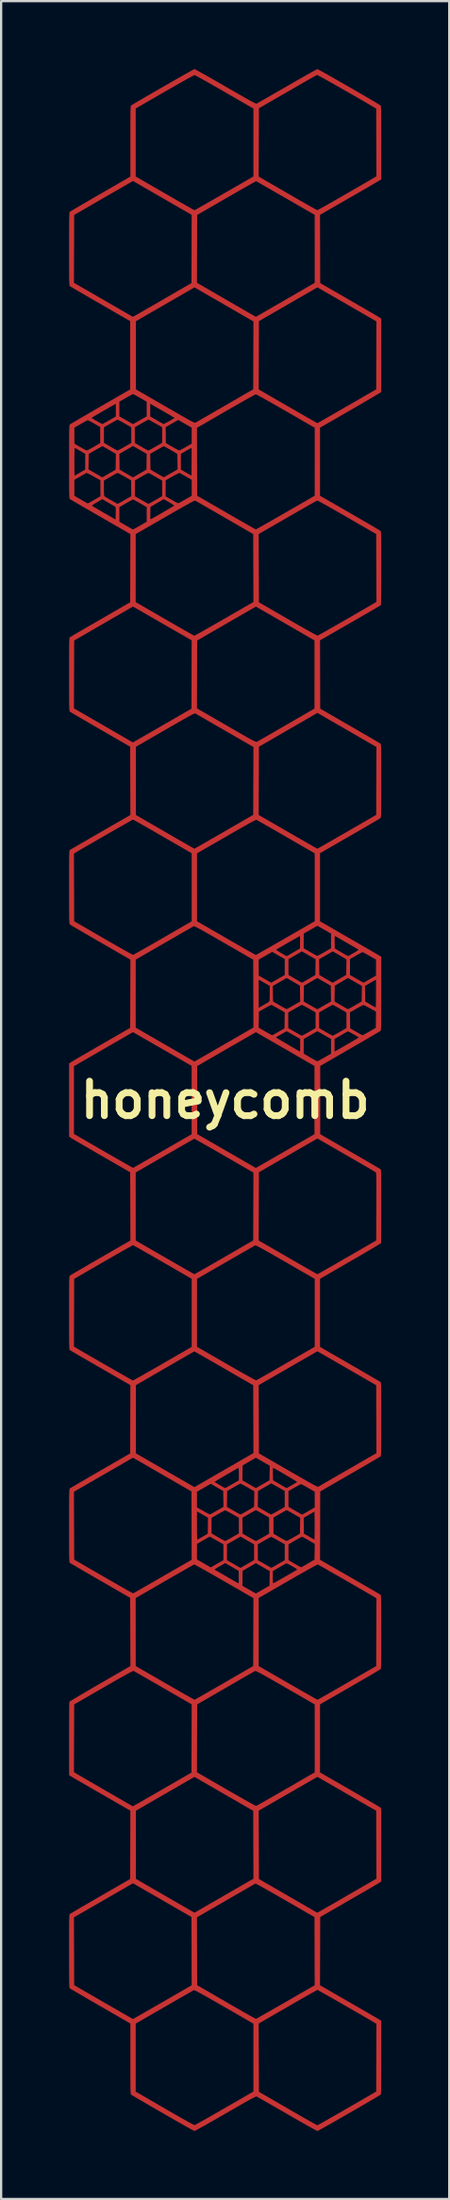
<source format=kicad_pcb>
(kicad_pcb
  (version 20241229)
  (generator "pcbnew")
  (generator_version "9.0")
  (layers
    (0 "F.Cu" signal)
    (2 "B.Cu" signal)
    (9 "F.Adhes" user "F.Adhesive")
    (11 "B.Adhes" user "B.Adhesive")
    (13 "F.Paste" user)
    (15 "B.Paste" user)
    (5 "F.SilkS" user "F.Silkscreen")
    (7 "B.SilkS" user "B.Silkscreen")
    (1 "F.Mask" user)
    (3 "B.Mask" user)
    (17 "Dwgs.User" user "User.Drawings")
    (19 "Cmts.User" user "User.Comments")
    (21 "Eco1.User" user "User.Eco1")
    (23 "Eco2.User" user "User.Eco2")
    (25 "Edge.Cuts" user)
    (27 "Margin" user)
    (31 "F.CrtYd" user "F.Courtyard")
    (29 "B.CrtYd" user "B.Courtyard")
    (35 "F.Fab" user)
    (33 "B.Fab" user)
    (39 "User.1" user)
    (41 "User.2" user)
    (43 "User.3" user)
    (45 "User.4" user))
  (footprint "honeycomb"
    (layer "F.Cu")
    (at 6.89 45.506)
    (property "Reference" "honeycomb" (at 0 0 0) (layer "F.SilkS") (effects (font (size 1.524 1.524) (thickness 0.3))))
    (attr board_only exclude_from_pos_files exclude_from_bom)
    (fp_poly (pts (xy 4.091 -45.496) (xy 4.143 -45.469) (xy 4.223 -45.425) (xy 4.328 -45.368) (xy 4.454 -45.297) (xy 4.598 -45.216) (xy 4.757 -45.126) (xy 4.928 -45.028) (xy 5.108 -44.925) (xy 5.294 -44.819) (xy 5.483 -44.71) (xy 5.672 -44.601) (xy 5.857 -44.494) (xy 6.036 -44.39) (xy 6.205 -44.292) (xy 6.362 -44.2) (xy 6.503 -44.117) (xy 6.625 -44.044) (xy 6.726 -43.984) (xy 6.802 -43.938) (xy 6.849 -43.908) (xy 6.866 -43.895) (xy 6.87 -43.881) (xy 6.874 -43.851) (xy 6.878 -43.802) (xy 6.881 -43.732) (xy 6.883 -43.64) (xy 6.885 -43.522) (xy 6.887 -43.378) (xy 6.888 -43.205) (xy 6.889 -43) (xy 6.89 -42.763) (xy 6.89 -42.49) (xy 6.89 -42.251) (xy 6.89 -40.639) (xy 6.806 -40.586) (xy 6.775 -40.568) (xy 6.714 -40.532) (xy 6.625 -40.48) (xy 6.51 -40.413) (xy 6.373 -40.334) (xy 6.217 -40.243) (xy 6.044 -40.143) (xy 5.857 -40.036) (xy 5.659 -39.921) (xy 5.453 -39.803) (xy 4.185 -39.073) (xy 4.19 -37.567) (xy 4.194 -36.061) (xy 5.489 -35.314) (xy 5.696 -35.195) (xy 5.894 -35.08) (xy 6.081 -34.971) (xy 6.254 -34.871) (xy 6.409 -34.781) (xy 6.545 -34.701) (xy 6.658 -34.635) (xy 6.746 -34.583) (xy 6.806 -34.547) (xy 6.835 -34.529) (xy 6.837 -34.528) (xy 6.89 -34.488) (xy 6.89 -31.265) (xy 6.846 -31.226) (xy 6.823 -31.21) (xy 6.768 -31.177) (xy 6.685 -31.127) (xy 6.576 -31.062) (xy 6.445 -30.985) (xy 6.293 -30.896) (xy 6.123 -30.797) (xy 5.938 -30.69) (xy 5.741 -30.575) (xy 5.534 -30.456) (xy 5.494 -30.432) (xy 4.185 -29.678) (xy 4.185 -26.675) (xy 5.502 -25.916) (xy 5.711 -25.795) (xy 5.91 -25.68) (xy 6.098 -25.571) (xy 6.27 -25.471) (xy 6.426 -25.38) (xy 6.562 -25.3) (xy 6.675 -25.233) (xy 6.763 -25.18) (xy 6.823 -25.144) (xy 6.853 -25.124) (xy 6.855 -25.123) (xy 6.861 -25.115) (xy 6.867 -25.104) (xy 6.871 -25.086) (xy 6.875 -25.059) (xy 6.879 -25.021) (xy 6.882 -24.969) (xy 6.884 -24.9) (xy 6.886 -24.813) (xy 6.887 -24.704) (xy 6.888 -24.571) (xy 6.889 -24.411) (xy 6.89 -24.223) (xy 6.89 -24.003) (xy 6.89 -23.749) (xy 6.89 -23.477) (xy 6.89 -23.159) (xy 6.889 -22.878) (xy 6.888 -22.633) (xy 6.887 -22.425) (xy 6.885 -22.25) (xy 6.883 -22.108) (xy 6.88 -21.998) (xy 6.877 -21.918) (xy 6.874 -21.867) (xy 6.869 -21.845) (xy 6.869 -21.844) (xy 6.849 -21.831) (xy 6.798 -21.8) (xy 6.718 -21.753) (xy 6.613 -21.691) (xy 6.484 -21.616) (xy 6.334 -21.529) (xy 6.166 -21.432) (xy 5.983 -21.326) (xy 5.787 -21.212) (xy 5.58 -21.093) (xy 5.517 -21.057) (xy 4.186 -20.291) (xy 4.19 -18.784) (xy 4.194 -17.277) (xy 5.511 -16.516) (xy 5.719 -16.396) (xy 5.918 -16.281) (xy 6.105 -16.172) (xy 6.278 -16.072) (xy 6.433 -15.981) (xy 6.568 -15.902) (xy 6.68 -15.836) (xy 6.768 -15.785) (xy 6.827 -15.749) (xy 6.857 -15.731) (xy 6.859 -15.729) (xy 6.864 -15.722) (xy 6.869 -15.708) (xy 6.874 -15.685) (xy 6.877 -15.651) (xy 6.88 -15.603) (xy 6.883 -15.539) (xy 6.885 -15.456) (xy 6.887 -15.352) (xy 6.888 -15.225) (xy 6.889 -15.071) (xy 6.889 -14.888) (xy 6.89 -14.675) (xy 6.89 -14.428) (xy 6.89 -14.145) (xy 6.89 -14.091) (xy 6.89 -13.798) (xy 6.89 -13.542) (xy 6.889 -13.32) (xy 6.889 -13.13) (xy 6.888 -12.969) (xy 6.886 -12.835) (xy 6.884 -12.726) (xy 6.882 -12.639) (xy 6.88 -12.571) (xy 6.876 -12.522) (xy 6.873 -12.487) (xy 6.868 -12.465) (xy 6.863 -12.453) (xy 6.862 -12.451) (xy 6.841 -12.437) (xy 6.789 -12.405) (xy 6.708 -12.357) (xy 6.602 -12.294) (xy 6.472 -12.218) (xy 6.322 -12.13) (xy 6.153 -12.032) (xy 5.97 -11.925) (xy 5.773 -11.811) (xy 5.566 -11.692) (xy 5.509 -11.659) (xy 4.185 -10.895) (xy 4.185 -9.394) (xy 4.185 -7.892) (xy 5.474 -7.148) (xy 5.681 -7.029) (xy 5.88 -6.914) (xy 6.067 -6.806) (xy 6.24 -6.706) (xy 6.396 -6.616) (xy 6.532 -6.537) (xy 6.646 -6.471) (xy 6.735 -6.419) (xy 6.795 -6.384) (xy 6.826 -6.366) (xy 6.827 -6.365) (xy 6.89 -6.326) (xy 6.89 -4.703) (xy 6.89 -4.412) (xy 6.89 -4.158) (xy 6.889 -3.937) (xy 6.889 -3.749) (xy 6.888 -3.589) (xy 6.887 -3.456) (xy 6.885 -3.347) (xy 6.883 -3.259) (xy 6.881 -3.191) (xy 6.878 -3.14) (xy 6.874 -3.103) (xy 6.87 -3.078) (xy 6.865 -3.063) (xy 6.86 -3.054) (xy 6.859 -3.053) (xy 6.837 -3.04) (xy 6.785 -3.008) (xy 6.704 -2.96) (xy 6.597 -2.897) (xy 6.467 -2.821) (xy 6.317 -2.733) (xy 6.148 -2.635) (xy 5.964 -2.528) (xy 5.768 -2.414) (xy 5.562 -2.295) (xy 5.511 -2.266) (xy 4.194 -1.505) (xy 4.194 1.507) (xy 5.51 2.267) (xy 5.719 2.387) (xy 5.918 2.502) (xy 6.105 2.611) (xy 6.277 2.711) (xy 6.432 2.801) (xy 6.567 2.88) (xy 6.68 2.946) (xy 6.767 2.998) (xy 6.827 3.034) (xy 6.856 3.052) (xy 6.858 3.053) (xy 6.864 3.061) (xy 6.869 3.074) (xy 6.873 3.095) (xy 6.877 3.128) (xy 6.88 3.174) (xy 6.883 3.235) (xy 6.885 3.315) (xy 6.886 3.416) (xy 6.888 3.54) (xy 6.889 3.69) (xy 6.889 3.869) (xy 6.89 4.078) (xy 6.89 4.32) (xy 6.89 4.598) (xy 6.89 4.682) (xy 6.89 4.929) (xy 6.89 5.164) (xy 6.889 5.386) (xy 6.888 5.592) (xy 6.887 5.777) (xy 6.886 5.94) (xy 6.885 6.077) (xy 6.883 6.185) (xy 6.882 6.263) (xy 6.88 6.305) (xy 6.879 6.313) (xy 6.861 6.327) (xy 6.811 6.359) (xy 6.733 6.407) (xy 6.629 6.47) (xy 6.501 6.546) (xy 6.353 6.634) (xy 6.186 6.732) (xy 6.003 6.839) (xy 5.807 6.954) (xy 5.6 7.073) (xy 5.526 7.116) (xy 4.185 7.89) (xy 4.185 10.895) (xy 5.509 11.659) (xy 5.718 11.779) (xy 5.918 11.895) (xy 6.105 12.004) (xy 6.278 12.104) (xy 6.433 12.195) (xy 6.569 12.275) (xy 6.682 12.341) (xy 6.77 12.394) (xy 6.83 12.43) (xy 6.86 12.449) (xy 6.862 12.451) (xy 6.867 12.46) (xy 6.872 12.479) (xy 6.875 12.51) (xy 6.879 12.556) (xy 6.882 12.618) (xy 6.884 12.699) (xy 6.886 12.802) (xy 6.887 12.928) (xy 6.888 13.081) (xy 6.889 13.263) (xy 6.89 13.475) (xy 6.89 13.722) (xy 6.89 14.004) (xy 6.89 14.091) (xy 6.89 14.38) (xy 6.89 14.634) (xy 6.89 14.853) (xy 6.889 15.041) (xy 6.888 15.199) (xy 6.887 15.331) (xy 6.885 15.439) (xy 6.883 15.526) (xy 6.881 15.593) (xy 6.878 15.644) (xy 6.874 15.68) (xy 6.87 15.704) (xy 6.865 15.72) (xy 6.86 15.728) (xy 6.859 15.729) (xy 6.837 15.743) (xy 6.785 15.775) (xy 6.704 15.823) (xy 6.597 15.885) (xy 6.467 15.961) (xy 6.316 16.049) (xy 6.148 16.147) (xy 5.964 16.254) (xy 5.768 16.368) (xy 5.561 16.487) (xy 5.511 16.516) (xy 4.194 17.277) (xy 4.19 18.784) (xy 4.186 20.291) (xy 5.517 21.057) (xy 5.726 21.177) (xy 5.926 21.293) (xy 6.113 21.401) (xy 6.286 21.501) (xy 6.441 21.591) (xy 6.577 21.67) (xy 6.689 21.736) (xy 6.777 21.788) (xy 6.837 21.824) (xy 6.866 21.842) (xy 6.869 21.844) (xy 6.873 21.862) (xy 6.877 21.908) (xy 6.88 21.983) (xy 6.883 22.088) (xy 6.885 22.225) (xy 6.887 22.395) (xy 6.888 22.598) (xy 6.889 22.837) (xy 6.89 23.112) (xy 6.89 23.424) (xy 6.89 23.477) (xy 6.89 23.765) (xy 6.89 24.017) (xy 6.89 24.235) (xy 6.889 24.422) (xy 6.888 24.58) (xy 6.887 24.711) (xy 6.886 24.819) (xy 6.884 24.905) (xy 6.882 24.972) (xy 6.879 25.024) (xy 6.875 25.061) (xy 6.871 25.087) (xy 6.866 25.104) (xy 6.861 25.116) (xy 6.855 25.123) (xy 6.833 25.138) (xy 6.779 25.17) (xy 6.698 25.219) (xy 6.59 25.283) (xy 6.46 25.36) (xy 6.308 25.448) (xy 6.139 25.547) (xy 5.955 25.654) (xy 5.758 25.768) (xy 5.552 25.887) (xy 5.502 25.916) (xy 4.185 26.675) (xy 4.185 29.678) (xy 5.494 30.432) (xy 5.702 30.553) (xy 5.901 30.668) (xy 6.088 30.777) (xy 6.261 30.877) (xy 6.417 30.969) (xy 6.553 31.048) (xy 6.666 31.116) (xy 6.754 31.168) (xy 6.815 31.205) (xy 6.844 31.225) (xy 6.846 31.226) (xy 6.89 31.265) (xy 6.89 34.488) (xy 6.837 34.528) (xy 6.811 34.544) (xy 6.755 34.577) (xy 6.671 34.627) (xy 6.561 34.692) (xy 6.428 34.77) (xy 6.275 34.859) (xy 6.105 34.958) (xy 5.92 35.065) (xy 5.722 35.179) (xy 5.516 35.298) (xy 5.489 35.314) (xy 4.194 36.061) (xy 4.185 39.073) (xy 5.453 39.803) (xy 5.659 39.922) (xy 5.857 40.036) (xy 6.044 40.144) (xy 6.217 40.244) (xy 6.374 40.334) (xy 6.51 40.414) (xy 6.625 40.48) (xy 6.714 40.532) (xy 6.775 40.568) (xy 6.805 40.586) (xy 6.89 40.639) (xy 6.89 42.251) (xy 6.89 42.553) (xy 6.89 42.818) (xy 6.889 43.048) (xy 6.888 43.245) (xy 6.887 43.412) (xy 6.885 43.55) (xy 6.883 43.662) (xy 6.88 43.749) (xy 6.877 43.814) (xy 6.873 43.859) (xy 6.869 43.886) (xy 6.866 43.895) (xy 6.845 43.911) (xy 6.793 43.943) (xy 6.714 43.992) (xy 6.61 44.053) (xy 6.485 44.127) (xy 6.342 44.212) (xy 6.183 44.304) (xy 6.012 44.404) (xy 5.833 44.508) (xy 5.647 44.616) (xy 5.458 44.724) (xy 5.269 44.833) (xy 5.084 44.939) (xy 4.905 45.042) (xy 4.735 45.138) (xy 4.578 45.227) (xy 4.436 45.307) (xy 4.313 45.376) (xy 4.211 45.432) (xy 4.135 45.474) (xy 4.086 45.499) (xy 4.068 45.506) (xy 4.046 45.496) (xy 3.993 45.469) (xy 3.912 45.425) (xy 3.805 45.365) (xy 3.675 45.293) (xy 3.524 45.208) (xy 3.356 45.112) (xy 3.173 45.007) (xy 2.977 44.895) (xy 2.771 44.777) (xy 2.732 44.754) (xy 2.525 44.634) (xy 2.327 44.52) (xy 2.14 44.413) (xy 1.968 44.314) (xy 1.814 44.225) (xy 1.679 44.148) (xy 1.567 44.083) (xy 1.479 44.034) (xy 1.42 44) (xy 1.392 43.984) (xy 1.39 43.984) (xy 1.378 43.983) (xy 1.358 43.988) (xy 1.326 44) (xy 1.282 44.021) (xy 1.222 44.051) (xy 1.145 44.092) (xy 1.049 44.145) (xy 0.931 44.21) (xy 0.79 44.29) (xy 0.623 44.386) (xy 0.428 44.497) (xy 0.203 44.627) (xy 0.015 44.735) (xy -0.195 44.856) (xy -0.395 44.971) (xy -0.584 45.079) (xy -0.758 45.178) (xy -0.915 45.267) (xy -1.052 45.344) (xy -1.167 45.407) (xy -1.257 45.456) (xy -1.32 45.489) (xy -1.352 45.505) (xy -1.356 45.506) (xy -1.378 45.496) (xy -1.431 45.468) (xy -1.512 45.424) (xy -1.62 45.365) (xy -1.751 45.292) (xy -1.902 45.206) (xy -2.072 45.11) (xy -2.257 45.004) (xy -2.455 44.891) (xy -2.663 44.771) (xy -2.75 44.721) (xy -2.962 44.598) (xy -3.165 44.481) (xy -3.356 44.37) (xy -3.532 44.267) (xy -3.692 44.174) (xy -3.832 44.092) (xy -3.949 44.023) (xy -4.042 43.968) (xy -4.107 43.929) (xy -4.142 43.907) (xy -4.147 43.904) (xy -4.154 43.897) (xy -4.16 43.887) (xy -4.165 43.872) (xy -4.169 43.849) (xy -4.173 43.815) (xy -4.176 43.769) (xy -4.176 43.767) (xy -3.951 43.767) (xy -2.671 44.508) (xy -2.441 44.642) (xy -2.227 44.765) (xy -2.031 44.876) (xy -1.857 44.975) (xy -1.705 45.06) (xy -1.577 45.131) (xy -1.476 45.185) (xy -1.403 45.223) (xy -1.361 45.243) (xy -1.352 45.245) (xy -1.329 45.235) (xy -1.275 45.207) (xy -1.193 45.162) (xy -1.085 45.102) (xy -0.954 45.029) (xy -0.803 44.943) (xy -0.635 44.848) (xy -0.452 44.743) (xy -0.257 44.631) (xy -0.052 44.513) (xy -0.033 44.502) (xy 1.246 43.764) (xy 1.245 42.265) (xy 1.245 40.767) (xy 1.237 40.762) (xy 1.479 40.762) (xy 1.484 42.269) (xy 1.489 43.776) (xy 2.764 44.513) (xy 2.968 44.632) (xy 3.164 44.744) (xy 3.347 44.849) (xy 3.515 44.945) (xy 3.666 45.031) (xy 3.796 45.105) (xy 3.904 45.165) (xy 3.986 45.211) (xy 4.041 45.24) (xy 4.064 45.252) (xy 4.065 45.252) (xy 4.085 45.242) (xy 4.137 45.215) (xy 4.217 45.172) (xy 4.322 45.113) (xy 4.449 45.042) (xy 4.596 44.958) (xy 4.759 44.865) (xy 4.937 44.763) (xy 5.126 44.655) (xy 5.233 44.593) (xy 5.431 44.479) (xy 5.622 44.368) (xy 5.804 44.264) (xy 5.972 44.166) (xy 6.124 44.078) (xy 6.257 44.001) (xy 6.368 43.937) (xy 6.452 43.888) (xy 6.507 43.856) (xy 6.521 43.848) (xy 6.666 43.762) (xy 6.671 42.27) (xy 6.676 40.777) (xy 6.603 40.731) (xy 6.56 40.705) (xy 6.489 40.663) (xy 6.393 40.606) (xy 6.275 40.538) (xy 6.14 40.459) (xy 5.988 40.372) (xy 5.825 40.277) (xy 5.654 40.178) (xy 5.476 40.076) (xy 5.296 39.973) (xy 5.118 39.87) (xy 4.943 39.77) (xy 4.775 39.674) (xy 4.618 39.585) (xy 4.474 39.503) (xy 4.348 39.431) (xy 4.241 39.371) (xy 4.158 39.324) (xy 4.101 39.292) (xy 4.073 39.278) (xy 4.071 39.278) (xy 4.052 39.287) (xy 4.001 39.315) (xy 3.922 39.359) (xy 3.817 39.418) (xy 3.689 39.49) (xy 3.54 39.575) (xy 3.373 39.67) (xy 3.192 39.774) (xy 2.997 39.886) (xy 2.793 40.004) (xy 2.765 40.02) (xy 1.479 40.762) (xy 1.237 40.762) (xy -0.05 40.02) (xy -0.324 39.863) (xy -0.566 39.725) (xy -0.775 39.606) (xy -0.952 39.507) (xy -1.097 39.426) (xy -1.212 39.364) (xy -1.297 39.32) (xy -1.352 39.295) (xy -1.377 39.287) (xy -1.378 39.287) (xy -1.4 39.298) (xy -1.453 39.328) (xy -1.534 39.374) (xy -1.641 39.435) (xy -1.77 39.509) (xy -1.92 39.595) (xy -2.088 39.691) (xy -2.27 39.796) (xy -2.465 39.908) (xy -2.669 40.026) (xy -2.681 40.033) (xy -3.951 40.766) (xy -3.951 43.767) (xy -4.176 43.767) (xy -4.178 43.706) (xy -4.18 43.625) (xy -4.182 43.524) (xy -4.183 43.399) (xy -4.184 43.248) (xy -4.184 43.069) (xy -4.185 42.858) (xy -4.185 42.614) (xy -4.185 42.334) (xy -4.185 40.761) (xy -5.51 39.997) (xy -5.719 39.876) (xy -5.919 39.761) (xy -6.106 39.652) (xy -6.279 39.551) (xy -6.434 39.46) (xy -6.57 39.381) (xy -6.683 39.314) (xy -6.771 39.262) (xy -6.831 39.226) (xy -6.86 39.207) (xy -6.863 39.205) (xy -6.868 39.195) (xy -6.872 39.175) (xy -6.876 39.141) (xy -6.879 39.092) (xy -6.882 39.026) (xy -6.884 38.94) (xy -6.886 38.831) (xy -6.887 38.698) (xy -6.888 38.537) (xy -6.889 38.347) (xy -6.89 38.125) (xy -6.89 37.869) (xy -6.89 37.577) (xy -6.89 37.566) (xy -6.89 37.276) (xy -6.89 37.024) (xy -6.89 36.805) (xy -6.889 36.617) (xy -6.888 36.459) (xy -6.887 36.327) (xy -6.885 36.219) (xy -6.883 36.133) (xy -6.881 36.074) (xy -6.676 36.074) (xy -6.671 37.571) (xy -6.666 39.068) (xy -5.373 39.815) (xy -5.167 39.934) (xy -4.971 40.047) (xy -4.787 40.152) (xy -4.619 40.249) (xy -4.468 40.336) (xy -4.338 40.41) (xy -4.23 40.472) (xy -4.148 40.519) (xy -4.094 40.549) (xy -4.071 40.562) (xy -4.07 40.562) (xy -4.052 40.553) (xy -4.003 40.525) (xy -3.926 40.481) (xy -3.822 40.422) (xy -3.696 40.35) (xy -3.548 40.265) (xy -3.383 40.17) (xy -3.202 40.066) (xy -3.008 39.955) (xy -2.804 39.837) (xy -2.77 39.818) (xy -1.48 39.073) (xy -1.484 37.567) (xy -1.489 36.073) (xy -1.246 36.073) (xy -1.241 37.571) (xy -1.236 39.069) (xy 0.049 39.814) (xy 0.254 39.933) (xy 0.45 40.046) (xy 0.633 40.151) (xy 0.802 40.248) (xy 0.953 40.334) (xy 1.085 40.408) (xy 1.193 40.469) (xy 1.276 40.514) (xy 1.331 40.544) (xy 1.356 40.555) (xy 1.357 40.556) (xy 1.377 40.546) (xy 1.428 40.518) (xy 1.508 40.473) (xy 1.614 40.414) (xy 1.742 40.341) (xy 1.891 40.256) (xy 2.058 40.161) (xy 2.24 40.057) (xy 2.435 39.945) (xy 2.639 39.828) (xy 2.665 39.813) (xy 3.949 39.073) (xy 3.945 37.569) (xy 3.941 36.064) (xy 2.648 35.317) (xy 2.442 35.199) (xy 2.245 35.086) (xy 2.061 34.981) (xy 1.892 34.885) (xy 1.74 34.8) (xy 1.608 34.727) (xy 1.498 34.667) (xy 1.414 34.622) (xy 1.358 34.594) (xy 1.333 34.583) (xy 1.332 34.583) (xy 1.312 34.595) (xy 1.261 34.625) (xy 1.182 34.671) (xy 1.076 34.731) (xy 0.948 34.806) (xy 0.799 34.892) (xy 0.633 34.988) (xy 0.451 35.093) (xy 0.257 35.205) (xy 0.053 35.323) (xy 0.032 35.335) (xy -1.246 36.073) (xy -1.489 36.073) (xy -1.489 36.06) (xy -4.07 34.571) (xy -4.492 34.814) (xy -4.596 34.874) (xy -4.728 34.95) (xy -4.883 35.04) (xy -5.055 35.139) (xy -5.239 35.245) (xy -5.429 35.355) (xy -5.62 35.465) (xy -5.795 35.566) (xy -6.676 36.074) (xy -6.881 36.074) (xy -6.881 36.066) (xy -6.878 36.015) (xy -6.874 35.979) (xy -6.87 35.954) (xy -6.866 35.938) (xy -6.86 35.929) (xy -6.858 35.927) (xy -6.836 35.914) (xy -6.784 35.882) (xy -6.703 35.834) (xy -6.596 35.771) (xy -6.466 35.695) (xy -6.315 35.607) (xy -6.146 35.509) (xy -5.963 35.402) (xy -5.766 35.289) (xy -5.56 35.169) (xy -5.51 35.141) (xy -4.194 34.381) (xy -4.194 34.377) (xy -3.941 34.377) (xy -2.648 35.124) (xy -1.354 35.871) (xy -1.285 35.83) (xy -1.258 35.814) (xy -1.199 35.78) (xy -1.112 35.729) (xy -1 35.665) (xy -0.866 35.587) (xy -0.712 35.498) (xy -0.541 35.399) (xy -0.357 35.293) (xy -0.161 35.18) (xy 0.015 35.079) (xy 1.246 34.368) (xy 1.241 32.87) (xy 1.236 31.372) (xy 1.226 31.366) (xy 1.48 31.366) (xy 1.485 32.873) (xy 1.489 34.381) (xy 2.774 35.125) (xy 2.978 35.243) (xy 3.173 35.356) (xy 3.356 35.462) (xy 3.523 35.558) (xy 3.673 35.645) (xy 3.802 35.719) (xy 3.909 35.781) (xy 3.99 35.827) (xy 4.043 35.857) (xy 4.065 35.87) (xy 4.065 35.87) (xy 4.083 35.861) (xy 4.131 35.833) (xy 4.209 35.79) (xy 4.312 35.731) (xy 4.438 35.658) (xy 4.585 35.574) (xy 4.751 35.479) (xy 4.932 35.375) (xy 5.126 35.263) (xy 5.331 35.145) (xy 5.374 35.119) (xy 6.676 34.368) (xy 6.671 32.869) (xy 6.666 31.371) (xy 5.369 30.623) (xy 4.071 29.874) (xy 2.776 30.62) (xy 1.48 31.366) (xy 1.226 31.366) (xy -0.06 30.624) (xy -1.356 29.876) (xy -2.649 30.622) (xy -3.941 31.368) (xy -3.941 34.377) (xy -4.194 34.377) (xy -4.186 31.366) (xy -5.454 30.636) (xy -5.66 30.517) (xy -5.858 30.403) (xy -6.045 30.295) (xy -6.218 30.195) (xy -6.375 30.105) (xy -6.511 30.025) (xy -6.626 29.959) (xy -6.715 29.907) (xy -6.776 29.871) (xy -6.806 29.853) (xy -6.89 29.8) (xy -6.89 29.664) (xy -6.676 29.664) (xy -6.564 29.733) (xy -6.529 29.754) (xy -6.463 29.793) (xy -6.369 29.848) (xy -6.25 29.917) (xy -6.11 29.998) (xy -5.952 30.09) (xy -5.778 30.191) (xy -5.591 30.299) (xy -5.396 30.413) (xy -5.265 30.488) (xy -4.078 31.174) (xy -3.971 31.115) (xy -3.936 31.095) (xy -3.871 31.058) (xy -3.778 31.005) (xy -3.66 30.937) (xy -3.521 30.857) (xy -3.363 30.766) (xy -3.189 30.666) (xy -3.003 30.559) (xy -2.808 30.446) (xy -2.676 30.37) (xy -1.489 29.685) (xy -1.489 29.672) (xy -1.246 29.672) (xy 0.044 30.417) (xy 0.25 30.536) (xy 0.446 30.648) (xy 0.631 30.753) (xy 0.801 30.85) (xy 0.953 30.936) (xy 1.086 31.01) (xy 1.196 31.07) (xy 1.28 31.116) (xy 1.337 31.145) (xy 1.363 31.156) (xy 1.364 31.157) (xy 1.385 31.146) (xy 1.438 31.118) (xy 1.519 31.073) (xy 1.625 31.013) (xy 1.755 30.94) (xy 1.904 30.855) (xy 2.072 30.759) (xy 2.254 30.655) (xy 2.449 30.543) (xy 2.653 30.425) (xy 2.673 30.414) (xy 3.951 29.676) (xy 3.95 26.675) (xy 2.654 25.928) (xy 2.412 25.788) (xy 2.2 25.667) (xy 2.018 25.563) (xy 1.863 25.475) (xy 1.733 25.401) (xy 1.625 25.341) (xy 1.538 25.294) (xy 1.469 25.258) (xy 1.415 25.231) (xy 1.376 25.214) (xy 1.348 25.204) (xy 1.329 25.2) (xy 1.318 25.202) (xy 1.317 25.202) (xy 1.293 25.215) (xy 1.239 25.246) (xy 1.157 25.293) (xy 1.049 25.355) (xy 0.918 25.43) (xy 0.767 25.517) (xy 0.599 25.614) (xy 0.416 25.72) (xy 0.222 25.832) (xy 0.019 25.949) (xy -1.236 26.675) (xy -1.246 29.672) (xy -1.489 29.672) (xy -1.479 26.674) (xy -2.749 25.941) (xy -2.954 25.823) (xy -3.149 25.71) (xy -3.332 25.605) (xy -3.5 25.509) (xy -3.651 25.422) (xy -3.782 25.347) (xy -3.89 25.286) (xy -3.972 25.239) (xy -4.026 25.209) (xy -4.05 25.196) (xy -4.05 25.196) (xy -4.073 25.203) (xy -4.128 25.23) (xy -4.215 25.276) (xy -4.333 25.339) (xy -4.479 25.421) (xy -4.655 25.519) (xy -4.857 25.634) (xy -5.086 25.765) (xy -5.34 25.911) (xy -5.374 25.93) (xy -6.666 26.677) (xy -6.671 28.17) (xy -6.676 29.664) (xy -6.89 29.664) (xy -6.89 28.195) (xy -6.89 27.948) (xy -6.89 27.712) (xy -6.889 27.49) (xy -6.888 27.284) (xy -6.887 27.099) (xy -6.886 26.936) (xy -6.885 26.798) (xy -6.883 26.689) (xy -6.881 26.612) (xy -6.88 26.569) (xy -6.879 26.561) (xy -6.861 26.547) (xy -6.811 26.515) (xy -6.733 26.467) (xy -6.629 26.404) (xy -6.501 26.328) (xy -6.353 26.239) (xy -6.186 26.141) (xy -6.003 26.034) (xy -5.807 25.92) (xy -5.6 25.8) (xy -5.526 25.758) (xy -4.184 24.984) (xy -4.189 23.478) (xy -4.194 21.981) (xy -3.951 21.981) (xy -3.95 24.982) (xy -2.661 25.726) (xy -2.456 25.844) (xy -2.26 25.957) (xy -2.076 26.062) (xy -1.907 26.159) (xy -1.756 26.245) (xy -1.624 26.319) (xy -1.516 26.38) (xy -1.433 26.426) (xy -1.378 26.456) (xy -1.354 26.469) (xy -1.353 26.469) (xy -1.333 26.459) (xy -1.283 26.431) (xy -1.204 26.387) (xy -1.099 26.328) (xy -0.971 26.255) (xy -0.822 26.17) (xy -0.656 26.075) (xy -0.475 25.971) (xy -0.28 25.859) (xy -0.076 25.741) (xy -0.049 25.725) (xy 1.233 24.983) (xy 1.479 24.983) (xy 2.768 25.727) (xy 2.973 25.845) (xy 3.169 25.958) (xy 3.353 26.063) (xy 3.522 26.16) (xy 3.674 26.246) (xy 3.805 26.32) (xy 3.913 26.381) (xy 3.996 26.427) (xy 4.051 26.457) (xy 4.076 26.469) (xy 4.077 26.469) (xy 4.096 26.459) (xy 4.147 26.432) (xy 4.226 26.387) (xy 4.331 26.328) (xy 4.459 26.255) (xy 4.608 26.17) (xy 4.774 26.075) (xy 4.956 25.971) (xy 5.15 25.859) (xy 5.354 25.741) (xy 5.382 25.725) (xy 6.666 24.982) (xy 6.671 23.489) (xy 6.676 21.997) (xy 6.623 21.959) (xy 6.594 21.941) (xy 6.535 21.906) (xy 6.45 21.856) (xy 6.341 21.793) (xy 6.213 21.718) (xy 6.068 21.634) (xy 5.91 21.542) (xy 5.741 21.444) (xy 5.565 21.343) (xy 5.386 21.24) (xy 5.206 21.136) (xy 5.029 21.034) (xy 4.857 20.936) (xy 4.695 20.843) (xy 4.545 20.758) (xy 4.411 20.681) (xy 4.296 20.616) (xy 4.203 20.564) (xy 4.135 20.526) (xy 4.096 20.505) (xy 4.087 20.501) (xy 4.066 20.509) (xy 4.012 20.535) (xy 3.93 20.579) (xy 3.822 20.638) (xy 3.69 20.711) (xy 3.536 20.797) (xy 3.362 20.895) (xy 3.172 21.003) (xy 2.968 21.12) (xy 2.767 21.236) (xy 1.479 21.979) (xy 1.479 24.983) (xy 1.233 24.983) (xy 1.236 24.982) (xy 1.245 21.984) (xy 0.3 21.439) (xy 0.759 21.439) (xy 1.056 21.609) (xy 1.152 21.664) (xy 1.235 21.712) (xy 1.3 21.749) (xy 1.342 21.772) (xy 1.355 21.779) (xy 1.371 21.77) (xy 1.416 21.745) (xy 1.484 21.706) (xy 1.569 21.657) (xy 1.656 21.607) (xy 1.956 21.434) (xy 1.961 21.113) (xy 1.962 21.063) (xy 2.102 21.063) (xy 2.102 21.171) (xy 2.104 21.246) (xy 2.107 21.293) (xy 2.113 21.317) (xy 2.123 21.326) (xy 2.136 21.323) (xy 2.161 21.31) (xy 2.216 21.281) (xy 2.294 21.237) (xy 2.393 21.181) (xy 2.506 21.117) (xy 2.63 21.045) (xy 2.647 21.036) (xy 2.772 20.964) (xy 2.888 20.897) (xy 2.988 20.838) (xy 3.07 20.79) (xy 3.128 20.756) (xy 3.158 20.738) (xy 3.159 20.737) (xy 3.17 20.726) (xy 3.166 20.712) (xy 3.144 20.691) (xy 3.099 20.661) (xy 3.027 20.618) (xy 2.955 20.577) (xy 2.858 20.522) (xy 2.787 20.485) (xy 2.739 20.463) (xy 2.706 20.455) (xy 2.683 20.458) (xy 2.677 20.46) (xy 2.647 20.477) (xy 2.59 20.509) (xy 2.513 20.553) (xy 2.423 20.605) (xy 2.37 20.636) (xy 2.102 20.79) (xy 2.102 21.063) (xy 1.962 21.063) (xy 1.967 20.793) (xy 1.718 20.65) (xy 1.625 20.596) (xy 1.539 20.547) (xy 1.468 20.507) (xy 1.421 20.479) (xy 1.411 20.474) (xy 1.353 20.441) (xy 0.769 20.78) (xy 0.759 21.439) (xy 0.3 21.439) (xy -0.049 21.238) (xy -0.255 21.12) (xy -0.452 21.007) (xy -0.636 20.902) (xy -0.806 20.806) (xy -0.942 20.729) (xy -0.46 20.729) (xy -0.447 20.739) (xy -0.443 20.741) (xy -0.415 20.757) (xy -0.359 20.79) (xy -0.278 20.836) (xy -0.177 20.894) (xy -0.062 20.961) (xy 0.064 21.034) (xy 0.088 21.048) (xy 0.212 21.12) (xy 0.327 21.186) (xy 0.425 21.242) (xy 0.505 21.287) (xy 0.56 21.317) (xy 0.587 21.331) (xy 0.589 21.331) (xy 0.594 21.313) (xy 0.598 21.263) (xy 0.6 21.188) (xy 0.6 21.095) (xy 0.599 21.056) (xy 0.594 20.78) (xy 0.298 20.609) (xy 0.003 20.437) (xy -0.242 20.578) (xy -0.337 20.632) (xy -0.402 20.671) (xy -0.442 20.698) (xy -0.459 20.716) (xy -0.46 20.729) (xy -0.942 20.729) (xy -0.959 20.72) (xy -1.091 20.646) (xy -1.201 20.585) (xy -1.285 20.54) (xy -1.342 20.51) (xy -1.367 20.499) (xy -1.369 20.499) (xy -1.389 20.509) (xy -1.441 20.538) (xy -1.521 20.583) (xy -1.627 20.643) (xy -1.755 20.716) (xy -1.905 20.801) (xy -2.072 20.897) (xy -2.254 21.001) (xy -2.448 21.113) (xy -2.652 21.231) (xy -2.673 21.243) (xy -3.951 21.981) (xy -4.194 21.981) (xy -4.194 21.972) (xy -5.508 21.214) (xy -5.716 21.094) (xy -5.915 20.978) (xy -6.102 20.87) (xy -6.275 20.77) (xy -6.43 20.679) (xy -6.565 20.6) (xy -6.678 20.534) (xy -6.765 20.483) (xy -6.825 20.447) (xy -6.854 20.429) (xy -6.856 20.427) (xy -6.862 20.42) (xy -6.867 20.409) (xy -6.872 20.39) (xy -6.876 20.362) (xy -6.879 20.321) (xy -6.882 20.267) (xy -6.884 20.195) (xy -6.886 20.103) (xy -6.888 19.989) (xy -6.889 19.851) (xy -6.889 19.686) (xy -6.89 19.491) (xy -6.89 19.264) (xy -6.89 19.003) (xy -6.89 18.785) (xy -6.89 18.495) (xy -6.89 18.242) (xy -6.89 18.022) (xy -6.889 17.834) (xy -6.888 17.676) (xy -6.887 17.543) (xy -6.885 17.435) (xy -6.883 17.349) (xy -6.881 17.29) (xy -6.676 17.29) (xy -6.666 20.284) (xy -5.372 21.032) (xy -5.166 21.15) (xy -4.97 21.263) (xy -4.786 21.369) (xy -4.617 21.465) (xy -4.466 21.551) (xy -4.335 21.625) (xy -4.226 21.686) (xy -4.143 21.732) (xy -4.088 21.762) (xy -4.064 21.774) (xy -4.063 21.775) (xy -4.044 21.764) (xy -3.994 21.736) (xy -3.916 21.692) (xy -3.812 21.632) (xy -3.684 21.559) (xy -3.536 21.474) (xy -3.37 21.379) (xy -3.189 21.275) (xy -2.995 21.163) (xy -2.791 21.046) (xy -2.764 21.03) (xy -1.48 20.291) (xy -1.48 20.278) (xy -1.246 20.278) (xy -0.941 20.453) (xy -0.637 20.629) (xy -0.537 20.572) (xy -0.476 20.537) (xy -0.395 20.49) (xy -0.305 20.439) (xy -0.258 20.412) (xy -0.079 20.31) (xy -0.079 19.61) (xy 0.079 19.61) (xy 0.079 19.96) (xy 0.079 20.31) (xy 0.375 20.48) (xy 0.471 20.535) (xy 0.555 20.583) (xy 0.62 20.62) (xy 0.662 20.643) (xy 0.675 20.65) (xy 0.692 20.641) (xy 0.737 20.616) (xy 0.805 20.577) (xy 0.89 20.527) (xy 0.976 20.478) (xy 1.275 20.304) (xy 1.275 19.612) (xy 1.267 19.608) (xy 1.44 19.608) (xy 1.441 19.959) (xy 1.441 20.31) (xy 1.737 20.48) (xy 1.834 20.535) (xy 1.919 20.582) (xy 1.986 20.618) (xy 2.03 20.64) (xy 2.045 20.645) (xy 2.065 20.635) (xy 2.113 20.608) (xy 2.183 20.568) (xy 2.269 20.519) (xy 2.342 20.476) (xy 2.628 20.312) (xy 2.628 20.308) (xy 2.793 20.308) (xy 3.066 20.468) (xy 3.158 20.521) (xy 3.24 20.566) (xy 3.305 20.6) (xy 3.346 20.619) (xy 3.357 20.622) (xy 3.38 20.61) (xy 3.43 20.583) (xy 3.502 20.542) (xy 3.589 20.492) (xy 3.659 20.451) (xy 3.941 20.286) (xy 3.947 19.937) (xy 3.952 19.588) (xy 3.684 19.433) (xy 3.592 19.38) (xy 3.511 19.335) (xy 3.447 19.3) (xy 3.407 19.279) (xy 3.397 19.275) (xy 3.374 19.283) (xy 3.324 19.307) (xy 3.252 19.346) (xy 3.165 19.395) (xy 3.085 19.441) (xy 2.793 19.612) (xy 2.793 20.308) (xy 2.628 20.308) (xy 2.628 19.608) (xy 2.34 19.443) (xy 2.245 19.389) (xy 2.16 19.342) (xy 2.093 19.306) (xy 2.048 19.284) (xy 2.034 19.279) (xy 2.011 19.288) (xy 1.961 19.314) (xy 1.889 19.352) (xy 1.801 19.401) (xy 1.727 19.443) (xy 1.44 19.608) (xy 1.267 19.608) (xy 0.977 19.44) (xy 0.679 19.267) (xy 0.379 19.438) (xy 0.079 19.61) (xy -0.079 19.61) (xy -0.38 19.438) (xy -0.681 19.266) (xy -0.963 19.428) (xy -1.245 19.59) (xy -1.245 19.934) (xy -1.246 20.278) (xy -1.48 20.278) (xy -1.485 18.784) (xy -1.486 18.158) (xy -1.246 18.158) (xy -1.246 18.782) (xy -1.245 18.933) (xy -1.244 19.071) (xy -1.242 19.191) (xy -1.24 19.289) (xy -1.237 19.359) (xy -1.233 19.398) (xy -1.231 19.404) (xy -1.21 19.394) (xy -1.162 19.368) (xy -1.093 19.33) (xy -1.012 19.283) (xy -0.993 19.271) (xy -0.769 19.14) (xy -0.769 19.128) (xy -0.603 19.128) (xy -0.316 19.295) (xy -0.22 19.35) (xy -0.135 19.397) (xy -0.066 19.434) (xy -0.02 19.457) (xy -0.004 19.463) (xy 0.02 19.454) (xy 0.072 19.428) (xy 0.146 19.389) (xy 0.235 19.34) (xy 0.312 19.296) (xy 0.603 19.128) (xy 0.603 18.44) (xy 0.598 18.437) (xy 0.758 18.437) (xy 0.769 19.138) (xy 1.051 19.3) (xy 1.146 19.354) (xy 1.23 19.401) (xy 1.298 19.436) (xy 1.342 19.458) (xy 1.356 19.463) (xy 1.38 19.454) (xy 1.431 19.428) (xy 1.503 19.389) (xy 1.591 19.34) (xy 1.658 19.302) (xy 1.936 19.14) (xy 2.131 19.14) (xy 2.404 19.3) (xy 2.498 19.354) (xy 2.581 19.401) (xy 2.648 19.436) (xy 2.692 19.457) (xy 2.705 19.461) (xy 2.731 19.453) (xy 2.785 19.427) (xy 2.859 19.388) (xy 2.948 19.339) (xy 3.017 19.3) (xy 3.299 19.138) (xy 3.304 18.787) (xy 3.31 18.437) (xy 3.309 18.437) (xy 3.464 18.437) (xy 3.469 18.788) (xy 3.474 19.138) (xy 3.708 19.271) (xy 3.941 19.405) (xy 3.947 19.094) (xy 3.948 18.952) (xy 3.949 18.792) (xy 3.948 18.63) (xy 3.947 18.487) (xy 3.947 18.474) (xy 3.941 18.165) (xy 3.703 18.301) (xy 3.464 18.437) (xy 3.309 18.437) (xy 3.018 18.269) (xy 2.922 18.214) (xy 2.837 18.167) (xy 2.77 18.13) (xy 2.726 18.108) (xy 2.711 18.102) (xy 2.69 18.111) (xy 2.641 18.137) (xy 2.57 18.176) (xy 2.484 18.225) (xy 2.413 18.265) (xy 2.131 18.427) (xy 2.131 19.14) (xy 1.936 19.14) (xy 1.937 19.14) (xy 1.937 18.427) (xy 1.654 18.265) (xy 1.56 18.211) (xy 1.477 18.164) (xy 1.411 18.128) (xy 1.369 18.107) (xy 1.357 18.102) (xy 1.336 18.111) (xy 1.287 18.136) (xy 1.216 18.175) (xy 1.128 18.224) (xy 1.05 18.269) (xy 0.758 18.437) (xy 0.598 18.437) (xy 0.317 18.276) (xy 0.22 18.221) (xy 0.134 18.174) (xy 0.064 18.138) (xy 0.017 18.116) (xy 0 18.111) (xy -0.026 18.12) (xy -0.08 18.146) (xy -0.154 18.185) (xy -0.244 18.234) (xy -0.317 18.276) (xy -0.603 18.44) (xy -0.603 19.128) (xy -0.769 19.128) (xy -0.764 18.788) (xy -0.758 18.436) (xy -0.958 18.32) (xy -1.041 18.272) (xy -1.115 18.229) (xy -1.172 18.197) (xy -1.202 18.181) (xy -1.246 18.158) (xy -1.486 18.158) (xy -1.487 17.98) (xy -1.246 17.98) (xy -0.968 18.138) (xy -0.874 18.191) (xy -0.791 18.235) (xy -0.725 18.269) (xy -0.683 18.288) (xy -0.67 18.291) (xy -0.647 18.28) (xy -0.597 18.253) (xy -0.524 18.213) (xy -0.436 18.163) (xy -0.363 18.121) (xy -0.077 17.956) (xy -0.077 17.956) (xy 0.077 17.956) (xy 0.365 18.124) (xy 0.46 18.179) (xy 0.545 18.227) (xy 0.612 18.264) (xy 0.657 18.287) (xy 0.671 18.294) (xy 0.694 18.285) (xy 0.744 18.259) (xy 0.816 18.22) (xy 0.904 18.171) (xy 0.983 18.125) (xy 1.269 17.959) (xy 1.439 17.959) (xy 1.727 18.126) (xy 1.822 18.181) (xy 1.906 18.229) (xy 1.972 18.266) (xy 2.016 18.289) (xy 2.03 18.295) (xy 2.051 18.286) (xy 2.099 18.26) (xy 2.17 18.222) (xy 2.257 18.173) (xy 2.336 18.127) (xy 2.628 17.959) (xy 2.628 17.955) (xy 2.793 17.955) (xy 3.085 18.125) (xy 3.181 18.181) (xy 3.266 18.229) (xy 3.333 18.266) (xy 3.378 18.289) (xy 3.393 18.296) (xy 3.414 18.286) (xy 3.463 18.261) (xy 3.534 18.222) (xy 3.62 18.173) (xy 3.68 18.139) (xy 3.951 17.981) (xy 3.951 17.287) (xy 3.662 17.12) (xy 3.566 17.065) (xy 3.479 17.018) (xy 3.41 16.981) (xy 3.363 16.959) (xy 3.346 16.954) (xy 3.32 16.963) (xy 3.268 16.99) (xy 3.195 17.029) (xy 3.107 17.078) (xy 3.056 17.107) (xy 2.793 17.26) (xy 2.793 17.955) (xy 2.628 17.955) (xy 2.627 17.254) (xy 2.438 17.147) (xy 2.348 17.096) (xy 2.257 17.044) (xy 2.179 17) (xy 2.142 16.979) (xy 2.034 16.917) (xy 1.742 17.087) (xy 1.45 17.256) (xy 1.445 17.608) (xy 1.439 17.959) (xy 1.269 17.959) (xy 1.275 17.955) (xy 1.28 17.612) (xy 1.285 17.268) (xy 0.988 17.097) (xy 0.891 17.042) (xy 0.804 16.994) (xy 0.735 16.958) (xy 0.689 16.934) (xy 0.671 16.928) (xy 0.649 16.938) (xy 0.599 16.964) (xy 0.527 17.003) (xy 0.44 17.052) (xy 0.37 17.093) (xy 0.088 17.257) (xy 0.082 17.606) (xy 0.077 17.956) (xy -0.077 17.956) (xy -0.082 17.606) (xy -0.088 17.256) (xy -0.636 16.939) (xy -0.941 17.114) (xy -1.246 17.289) (xy -1.246 17.98) (xy -1.487 17.98) (xy -1.489 17.276) (xy -4.07 15.786) (xy -5.373 16.538) (xy -6.676 17.29) (xy -6.881 17.29) (xy -6.881 17.281) (xy -6.878 17.231) (xy -6.874 17.194) (xy -6.87 17.17) (xy -6.865 17.155) (xy -6.86 17.146) (xy -6.859 17.145) (xy -6.837 17.131) (xy -6.785 17.1) (xy -6.704 17.051) (xy -6.597 16.989) (xy -6.467 16.912) (xy -6.316 16.825) (xy -6.148 16.727) (xy -5.964 16.62) (xy -5.768 16.506) (xy -5.561 16.387) (xy -5.511 16.357) (xy -4.194 15.597) (xy -4.194 15.593) (xy -3.941 15.593) (xy -2.65 16.339) (xy -1.358 17.085) (xy -0.956 16.853) (xy -0.466 16.853) (xy -0.451 16.865) (xy -0.408 16.893) (xy -0.347 16.93) (xy -0.274 16.974) (xy -0.198 17.019) (xy -0.125 17.062) (xy -0.063 17.097) (xy -0.019 17.12) (xy -0.002 17.127) (xy 0.017 17.118) (xy 0.063 17.093) (xy 0.133 17.055) (xy 0.219 17.006) (xy 0.304 16.958) (xy 0.602 16.787) (xy 0.759 16.787) (xy 1.056 16.957) (xy 1.152 17.012) (xy 1.235 17.06) (xy 1.3 17.097) (xy 1.342 17.12) (xy 1.355 17.128) (xy 1.371 17.118) (xy 1.416 17.093) (xy 1.484 17.054) (xy 1.569 17.005) (xy 1.656 16.955) (xy 1.956 16.782) (xy 1.961 16.461) (xy 1.963 16.377) (xy 2.105 16.377) (xy 2.106 16.47) (xy 2.106 16.508) (xy 2.112 16.784) (xy 2.404 16.954) (xy 2.5 17.01) (xy 2.584 17.058) (xy 2.65 17.096) (xy 2.693 17.12) (xy 2.708 17.126) (xy 2.728 17.118) (xy 2.776 17.093) (xy 2.843 17.056) (xy 2.924 17.01) (xy 2.941 17) (xy 3.025 16.951) (xy 3.096 16.909) (xy 3.148 16.877) (xy 3.175 16.86) (xy 3.176 16.859) (xy 3.163 16.847) (xy 3.12 16.819) (xy 3.054 16.777) (xy 2.968 16.725) (xy 2.867 16.664) (xy 2.757 16.599) (xy 2.643 16.531) (xy 2.528 16.464) (xy 2.418 16.4) (xy 2.318 16.343) (xy 2.233 16.295) (xy 2.167 16.258) (xy 2.125 16.237) (xy 2.113 16.233) (xy 2.109 16.251) (xy 2.107 16.301) (xy 2.105 16.377) (xy 1.963 16.377) (xy 1.967 16.141) (xy 1.738 16.009) (xy 1.645 15.956) (xy 1.558 15.905) (xy 1.484 15.863) (xy 1.435 15.835) (xy 1.431 15.833) (xy 1.353 15.788) (xy 0.769 16.128) (xy 0.764 16.458) (xy 0.759 16.787) (xy 0.602 16.787) (xy 0.603 16.508) (xy 0.602 16.41) (xy 0.599 16.328) (xy 0.595 16.268) (xy 0.589 16.238) (xy 0.587 16.236) (xy 0.56 16.25) (xy 0.506 16.279) (xy 0.429 16.322) (xy 0.336 16.376) (xy 0.231 16.437) (xy 0.118 16.503) (xy 0.002 16.57) (xy -0.11 16.637) (xy -0.216 16.699) (xy -0.309 16.755) (xy -0.385 16.8) (xy -0.438 16.833) (xy -0.465 16.851) (xy -0.466 16.853) (xy -0.956 16.853) (xy -0.878 16.808) (xy -0.758 16.739) (xy -0.61 16.654) (xy -0.442 16.556) (xy -0.258 16.45) (xy -0.066 16.34) (xy 0.128 16.227) (xy 0.319 16.117) (xy 0.423 16.057) (xy 1.246 15.582) (xy 1.236 12.588) (xy 1.229 12.583) (xy 1.48 12.583) (xy 1.484 14.089) (xy 1.489 15.595) (xy 2.782 16.342) (xy 3.023 16.481) (xy 3.233 16.601) (xy 3.413 16.705) (xy 3.566 16.792) (xy 3.695 16.865) (xy 3.801 16.925) (xy 3.888 16.972) (xy 3.956 17.008) (xy 4.009 17.034) (xy 4.048 17.052) (xy 4.077 17.062) (xy 4.096 17.066) (xy 4.109 17.066) (xy 4.116 17.063) (xy 4.139 17.049) (xy 4.193 17.018) (xy 4.275 16.97) (xy 4.383 16.907) (xy 4.513 16.832) (xy 4.664 16.745) (xy 4.832 16.647) (xy 5.015 16.542) (xy 5.21 16.429) (xy 5.414 16.312) (xy 5.416 16.311) (xy 6.676 15.584) (xy 6.671 14.086) (xy 6.666 12.588) (xy 5.81 12.093) (xy 5.624 11.986) (xy 5.433 11.875) (xy 5.242 11.765) (xy 5.057 11.658) (xy 4.884 11.558) (xy 4.728 11.469) (xy 4.596 11.392) (xy 4.512 11.344) (xy 4.07 11.09) (xy 2.775 11.836) (xy 1.48 12.583) (xy 1.229 12.583) (xy -0.057 11.841) (xy -0.263 11.722) (xy -0.459 11.609) (xy -0.642 11.504) (xy -0.811 11.407) (xy -0.962 11.321) (xy -1.092 11.246) (xy -1.2 11.185) (xy -1.283 11.138) (xy -1.337 11.108) (xy -1.361 11.096) (xy -1.361 11.096) (xy -1.38 11.105) (xy -1.429 11.133) (xy -1.506 11.177) (xy -1.61 11.237) (xy -1.737 11.309) (xy -1.884 11.394) (xy -2.05 11.489) (xy -2.23 11.594) (xy -2.424 11.706) (xy -2.628 11.824) (xy -2.657 11.84) (xy -3.941 12.584) (xy -3.941 15.593) (xy -4.194 15.593) (xy -4.19 14.09) (xy -4.185 12.583) (xy -5.498 11.826) (xy -5.707 11.706) (xy -5.906 11.591) (xy -6.093 11.483) (xy -6.266 11.383) (xy -6.422 11.293) (xy -6.557 11.214) (xy -6.671 11.148) (xy -6.759 11.096) (xy -6.819 11.061) (xy -6.849 11.043) (xy -6.851 11.042) (xy -6.858 11.036) (xy -6.864 11.028) (xy -6.869 11.016) (xy -6.874 10.996) (xy -6.878 10.966) (xy -6.881 10.924) (xy -6.883 10.879) (xy -6.676 10.879) (xy -6.632 10.908) (xy -6.597 10.93) (xy -6.533 10.968) (xy -6.444 11.02) (xy -6.332 11.086) (xy -6.2 11.162) (xy -6.053 11.247) (xy -5.892 11.34) (xy -5.722 11.438) (xy -5.546 11.54) (xy -5.365 11.644) (xy -5.185 11.747) (xy -5.008 11.849) (xy -4.837 11.947) (xy -4.675 12.039) (xy -4.526 12.124) (xy -4.393 12.2) (xy -4.278 12.265) (xy -4.186 12.317) (xy -4.119 12.354) (xy -4.081 12.374) (xy -4.073 12.378) (xy -4.053 12.369) (xy -4.002 12.341) (xy -3.922 12.297) (xy -3.816 12.238) (xy -3.688 12.166) (xy -3.539 12.081) (xy -3.372 11.986) (xy -3.19 11.882) (xy -2.996 11.77) (xy -2.791 11.653) (xy -2.764 11.637) (xy -1.479 10.895) (xy -1.479 10.89) (xy -1.245 10.89) (xy 0.044 11.634) (xy 0.267 11.763) (xy 0.476 11.882) (xy 0.668 11.991) (xy 0.841 12.089) (xy 0.994 12.175) (xy 1.124 12.246) (xy 1.228 12.303) (xy 1.305 12.343) (xy 1.352 12.366) (xy 1.367 12.371) (xy 1.389 12.36) (xy 1.442 12.331) (xy 1.523 12.286) (xy 1.63 12.226) (xy 1.76 12.152) (xy 1.91 12.067) (xy 2.078 11.971) (xy 2.261 11.866) (xy 2.455 11.754) (xy 2.66 11.637) (xy 2.676 11.627) (xy 3.951 10.891) (xy 3.951 7.892) (xy 2.656 7.145) (xy 2.407 7.002) (xy 2.189 6.877) (xy 2.001 6.769) (xy 1.841 6.678) (xy 1.706 6.603) (xy 1.595 6.542) (xy 1.506 6.494) (xy 1.438 6.458) (xy 1.387 6.434) (xy 1.352 6.42) (xy 1.331 6.415) (xy 1.325 6.415) (xy 1.302 6.428) (xy 1.249 6.458) (xy 1.167 6.505) (xy 1.06 6.566) (xy 0.93 6.641) (xy 0.779 6.727) (xy 0.611 6.823) (xy 0.429 6.928) (xy 0.234 7.04) (xy 0.03 7.158) (xy 0.022 7.163) (xy -1.244 7.892) (xy -1.245 9.391) (xy -1.245 10.89) (xy -1.479 10.89) (xy -1.479 7.889) (xy -2.757 7.151) (xy -2.962 7.033) (xy -3.158 6.92) (xy -3.342 6.815) (xy -3.511 6.719) (xy -3.662 6.633) (xy -3.794 6.558) (xy -3.902 6.497) (xy -3.986 6.451) (xy -4.041 6.421) (xy -4.066 6.409) (xy -4.066 6.409) (xy -4.088 6.418) (xy -4.14 6.445) (xy -4.221 6.489) (xy -4.327 6.547) (xy -4.456 6.62) (xy -4.606 6.704) (xy -4.773 6.799) (xy -4.956 6.904) (xy -5.151 7.015) (xy -5.355 7.133) (xy -5.382 7.149) (xy -6.666 7.893) (xy -6.671 9.386) (xy -6.676 10.879) (xy -6.883 10.879) (xy -6.883 10.867) (xy -6.885 10.792) (xy -6.887 10.698) (xy -6.888 10.581) (xy -6.889 10.44) (xy -6.89 10.271) (xy -6.89 10.072) (xy -6.89 9.841) (xy -6.89 9.574) (xy -6.89 9.4) (xy -6.89 9.111) (xy -6.89 8.859) (xy -6.89 8.641) (xy -6.889 8.454) (xy -6.888 8.296) (xy -6.887 8.164) (xy -6.886 8.056) (xy -6.884 7.97) (xy -6.882 7.902) (xy -6.879 7.851) (xy -6.875 7.813) (xy -6.871 7.787) (xy -6.866 7.77) (xy -6.861 7.758) (xy -6.855 7.751) (xy -6.833 7.736) (xy -6.78 7.704) (xy -6.698 7.655) (xy -6.59 7.591) (xy -6.46 7.514) (xy -6.308 7.426) (xy -6.139 7.327) (xy -5.955 7.22) (xy -5.758 7.106) (xy -5.552 6.987) (xy -5.502 6.958) (xy -4.184 6.199) (xy -4.189 4.693) (xy -4.194 3.197) (xy -3.951 3.197) (xy -3.95 4.698) (xy -3.95 6.199) (xy -2.661 6.943) (xy -2.456 7.061) (xy -2.26 7.174) (xy -2.077 7.279) (xy -1.908 7.376) (xy -1.758 7.462) (xy -1.627 7.536) (xy -1.52 7.598) (xy -1.438 7.644) (xy -1.384 7.674) (xy -1.36 7.687) (xy -1.36 7.687) (xy -1.341 7.678) (xy -1.292 7.65) (xy -1.214 7.607) (xy -1.11 7.548) (xy -0.983 7.475) (xy -0.835 7.391) (xy -0.669 7.296) (xy -0.488 7.192) (xy -0.294 7.08) (xy -0.089 6.962) (xy -0.056 6.943) (xy 1.232 6.199) (xy 1.479 6.199) (xy 2.769 6.943) (xy 2.974 7.062) (xy 3.17 7.175) (xy 3.353 7.28) (xy 3.522 7.377) (xy 3.672 7.463) (xy 3.803 7.537) (xy 3.91 7.599) (xy 3.993 7.645) (xy 4.047 7.675) (xy 4.07 7.688) (xy 4.071 7.688) (xy 4.089 7.678) (xy 4.139 7.651) (xy 4.217 7.607) (xy 4.321 7.548) (xy 4.448 7.475) (xy 4.596 7.391) (xy 4.761 7.296) (xy 4.943 7.192) (xy 5.137 7.08) (xy 5.341 6.962) (xy 5.375 6.943) (xy 6.666 6.197) (xy 6.671 4.707) (xy 6.672 4.431) (xy 6.673 4.19) (xy 6.673 3.984) (xy 6.673 3.808) (xy 6.673 3.661) (xy 6.672 3.54) (xy 6.671 3.442) (xy 6.669 3.365) (xy 6.666 3.306) (xy 6.663 3.262) (xy 6.659 3.231) (xy 6.655 3.211) (xy 6.65 3.198) (xy 6.643 3.19) (xy 6.642 3.189) (xy 6.619 3.173) (xy 6.565 3.141) (xy 6.485 3.093) (xy 6.38 3.031) (xy 6.256 2.958) (xy 6.114 2.876) (xy 5.959 2.786) (xy 5.794 2.69) (xy 5.761 2.672) (xy 5.577 2.565) (xy 5.388 2.457) (xy 5.2 2.348) (xy 5.018 2.244) (xy 4.849 2.146) (xy 4.698 2.059) (xy 4.571 1.985) (xy 4.493 1.941) (xy 4.071 1.697) (xy 2.78 2.442) (xy 1.489 3.187) (xy 1.479 6.199) (xy 1.232 6.199) (xy 1.236 6.197) (xy 1.246 3.201) (xy -0.052 2.452) (xy -0.258 2.333) (xy -0.455 2.22) (xy -0.639 2.115) (xy -0.808 2.018) (xy -0.96 1.932) (xy -1.091 1.857) (xy -1.199 1.796) (xy -1.282 1.75) (xy -1.338 1.72) (xy -1.362 1.707) (xy -1.363 1.707) (xy -1.382 1.717) (xy -1.431 1.745) (xy -1.509 1.79) (xy -1.613 1.849) (xy -1.74 1.922) (xy -1.888 2.007) (xy -2.054 2.102) (xy -2.235 2.207) (xy -2.429 2.319) (xy -2.633 2.436) (xy -2.664 2.454) (xy -3.951 3.197) (xy -4.194 3.197) (xy -4.194 3.188) (xy -5.489 2.44) (xy -5.696 2.321) (xy -5.894 2.206) (xy -6.081 2.098) (xy -6.254 1.997) (xy -6.409 1.907) (xy -6.545 1.827) (xy -6.658 1.761) (xy -6.746 1.709) (xy -6.806 1.673) (xy -6.835 1.655) (xy -6.837 1.654) (xy -6.89 1.614) (xy -6.89 1.494) (xy -6.676 1.494) (xy -5.377 2.245) (xy -5.171 2.364) (xy -4.974 2.477) (xy -4.79 2.583) (xy -4.621 2.68) (xy -4.469 2.766) (xy -4.338 2.841) (xy -4.229 2.902) (xy -4.146 2.949) (xy -4.09 2.979) (xy -4.065 2.992) (xy -4.064 2.992) (xy -4.046 2.982) (xy -3.996 2.954) (xy -3.918 2.909) (xy -3.814 2.85) (xy -3.686 2.777) (xy -3.538 2.692) (xy -3.373 2.597) (xy -3.191 2.493) (xy -2.997 2.381) (xy -2.793 2.264) (xy -2.766 2.248) (xy -1.481 1.508) (xy -1.481 1.501) (xy -1.236 1.501) (xy 0.058 2.249) (xy 0.264 2.367) (xy 0.46 2.48) (xy 0.643 2.586) (xy 0.81 2.683) (xy 0.96 2.77) (xy 1.09 2.844) (xy 1.197 2.906) (xy 1.278 2.953) (xy 1.331 2.984) (xy 1.353 2.997) (xy 1.354 2.997) (xy 1.371 2.987) (xy 1.418 2.96) (xy 1.495 2.916) (xy 1.597 2.857) (xy 1.723 2.785) (xy 1.869 2.701) (xy 2.034 2.606) (xy 2.214 2.502) (xy 2.408 2.39) (xy 2.612 2.272) (xy 2.648 2.251) (xy 3.941 1.505) (xy 3.941 -1.503) (xy 2.997 -2.049) (xy 3.465 -2.049) (xy 3.752 -1.882) (xy 3.848 -1.827) (xy 3.934 -1.779) (xy 4.003 -1.742) (xy 4.049 -1.72) (xy 4.065 -1.714) (xy 4.09 -1.723) (xy 4.142 -1.748) (xy 4.216 -1.787) (xy 4.305 -1.837) (xy 4.382 -1.88) (xy 4.671 -2.047) (xy 4.671 -2.139) (xy 4.827 -2.139) (xy 4.94 -2.203) (xy 4.989 -2.231) (xy 5.066 -2.275) (xy 5.163 -2.331) (xy 5.276 -2.396) (xy 5.397 -2.465) (xy 5.475 -2.511) (xy 5.591 -2.578) (xy 5.694 -2.638) (xy 5.781 -2.69) (xy 5.846 -2.73) (xy 5.886 -2.756) (xy 5.897 -2.764) (xy 5.881 -2.776) (xy 5.837 -2.804) (xy 5.771 -2.844) (xy 5.69 -2.891) (xy 5.661 -2.908) (xy 5.559 -2.964) (xy 5.486 -3.002) (xy 5.436 -3.022) (xy 5.405 -3.027) (xy 5.394 -3.024) (xy 5.367 -3.008) (xy 5.312 -2.976) (xy 5.237 -2.933) (xy 5.148 -2.882) (xy 5.095 -2.852) (xy 4.827 -2.698) (xy 4.827 -2.139) (xy 4.671 -2.139) (xy 4.671 -2.372) (xy 4.67 -2.696) (xy 4.068 -3.039) (xy 3.466 -2.696) (xy 3.465 -2.372) (xy 3.465 -2.049) (xy 2.997 -2.049) (xy 2.648 -2.25) (xy 1.758 -2.764) (xy 2.239 -2.764) (xy 2.255 -2.753) (xy 2.3 -2.725) (xy 2.369 -2.684) (xy 2.457 -2.632) (xy 2.559 -2.572) (xy 2.67 -2.507) (xy 2.785 -2.439) (xy 2.9 -2.372) (xy 3.009 -2.308) (xy 3.109 -2.251) (xy 3.192 -2.203) (xy 3.256 -2.167) (xy 3.295 -2.146) (xy 3.304 -2.142) (xy 3.306 -2.16) (xy 3.307 -2.21) (xy 3.308 -2.285) (xy 3.309 -2.379) (xy 3.309 -2.42) (xy 3.309 -2.7) (xy 3.016 -2.868) (xy 2.92 -2.923) (xy 2.836 -2.97) (xy 2.77 -3.007) (xy 2.727 -3.03) (xy 2.713 -3.036) (xy 2.691 -3.027) (xy 2.645 -3.003) (xy 2.581 -2.967) (xy 2.506 -2.925) (xy 2.429 -2.881) (xy 2.356 -2.838) (xy 2.295 -2.801) (xy 2.254 -2.775) (xy 2.239 -2.764) (xy 1.758 -2.764) (xy 1.355 -2.996) (xy 1.257 -2.94) (xy 1.224 -2.92) (xy 1.16 -2.884) (xy 1.068 -2.831) (xy 0.952 -2.764) (xy 0.814 -2.684) (xy 0.657 -2.593) (xy 0.484 -2.494) (xy 0.298 -2.387) (xy 0.102 -2.274) (xy -0.039 -2.192) (xy -1.236 -1.501) (xy -1.236 1.501) (xy -1.481 1.501) (xy -1.481 -1.508) (xy -4.07 -2.998) (xy -6.676 -1.494) (xy -6.676 1.494) (xy -6.89 1.494) (xy -6.89 -1.614) (xy -6.836 -1.654) (xy -6.811 -1.67) (xy -6.754 -1.704) (xy -6.67 -1.754) (xy -6.56 -1.819) (xy -6.427 -1.897) (xy -6.274 -1.986) (xy -6.103 -2.085) (xy -5.918 -2.192) (xy -5.721 -2.306) (xy -5.515 -2.425) (xy -5.488 -2.441) (xy -4.194 -3.187) (xy -4.194 -3.197) (xy -3.951 -3.197) (xy -1.356 -1.699) (xy -0.965 -1.925) (xy -0.869 -1.98) (xy -0.745 -2.052) (xy -0.597 -2.137) (xy -0.431 -2.233) (xy -0.252 -2.336) (xy -0.064 -2.445) (xy 0.126 -2.554) (xy 0.315 -2.663) (xy 0.336 -2.676) (xy 1.238 -3.196) (xy 1.478 -3.196) (xy 1.766 -3.029) (xy 1.862 -2.974) (xy 1.946 -2.927) (xy 2.014 -2.89) (xy 2.058 -2.867) (xy 2.073 -2.862) (xy 2.096 -2.871) (xy 2.146 -2.896) (xy 2.218 -2.935) (xy 2.304 -2.983) (xy 2.355 -3.013) (xy 2.618 -3.164) (xy 2.618 -3.176) (xy 2.783 -3.176) (xy 3.07 -3.01) (xy 3.167 -2.955) (xy 3.252 -2.908) (xy 3.321 -2.871) (xy 3.367 -2.848) (xy 3.382 -2.843) (xy 3.407 -2.852) (xy 3.459 -2.877) (xy 3.532 -2.916) (xy 3.621 -2.965) (xy 3.699 -3.009) (xy 3.99 -3.176) (xy 3.99 -3.176) (xy 4.146 -3.176) (xy 4.433 -3.01) (xy 4.529 -2.955) (xy 4.615 -2.908) (xy 4.683 -2.871) (xy 4.729 -2.848) (xy 4.745 -2.843) (xy 4.77 -2.852) (xy 4.822 -2.877) (xy 4.895 -2.916) (xy 4.984 -2.965) (xy 5.061 -3.01) (xy 5.352 -3.177) (xy 5.352 -3.865) (xy 5.344 -3.87) (xy 5.507 -3.87) (xy 5.513 -3.517) (xy 5.518 -3.165) (xy 5.781 -3.013) (xy 5.872 -2.961) (xy 5.952 -2.917) (xy 6.015 -2.883) (xy 6.054 -2.865) (xy 6.063 -2.862) (xy 6.086 -2.871) (xy 6.136 -2.897) (xy 6.207 -2.936) (xy 6.295 -2.985) (xy 6.365 -3.025) (xy 6.647 -3.187) (xy 6.652 -3.545) (xy 6.656 -3.902) (xy 6.398 -4.048) (xy 6.306 -4.099) (xy 6.223 -4.143) (xy 6.156 -4.174) (xy 6.112 -4.192) (xy 6.102 -4.194) (xy 6.072 -4.184) (xy 6.016 -4.158) (xy 5.94 -4.118) (xy 5.85 -4.068) (xy 5.785 -4.031) (xy 5.507 -3.87) (xy 5.344 -3.87) (xy 5.065 -4.03) (xy 4.969 -4.085) (xy 4.884 -4.132) (xy 4.816 -4.17) (xy 4.771 -4.194) (xy 4.755 -4.2) (xy 4.732 -4.193) (xy 4.681 -4.169) (xy 4.608 -4.131) (xy 4.519 -4.083) (xy 4.439 -4.037) (xy 4.146 -3.868) (xy 4.146 -3.176) (xy 3.99 -3.176) (xy 3.99 -3.868) (xy 3.697 -4.037) (xy 3.6 -4.092) (xy 3.514 -4.139) (xy 3.444 -4.174) (xy 3.397 -4.196) (xy 3.38 -4.2) (xy 3.357 -4.189) (xy 3.305 -4.162) (xy 3.232 -4.121) (xy 3.144 -4.072) (xy 3.07 -4.03) (xy 2.783 -3.865) (xy 2.783 -3.176) (xy 2.618 -3.176) (xy 2.623 -3.517) (xy 2.628 -3.87) (xy 2.352 -4.03) (xy 2.257 -4.084) (xy 2.173 -4.132) (xy 2.104 -4.169) (xy 2.059 -4.192) (xy 2.045 -4.198) (xy 2.018 -4.191) (xy 1.965 -4.168) (xy 1.891 -4.13) (xy 1.803 -4.083) (xy 1.752 -4.054) (xy 1.489 -3.902) (xy 1.484 -3.549) (xy 1.478 -3.196) (xy 1.238 -3.196) (xy 1.246 -3.201) (xy 1.239 -5.315) (xy 1.479 -5.315) (xy 1.479 -4.071) (xy 1.698 -4.198) (xy 1.782 -4.247) (xy 1.856 -4.291) (xy 1.911 -4.324) (xy 1.94 -4.344) (xy 1.941 -4.345) (xy 1.951 -4.365) (xy 1.958 -4.41) (xy 1.963 -4.484) (xy 1.965 -4.59) (xy 1.966 -4.701) (xy 1.966 -5.035) (xy 2.101 -5.035) (xy 2.106 -4.694) (xy 2.112 -4.352) (xy 2.404 -4.181) (xy 2.5 -4.126) (xy 2.586 -4.078) (xy 2.654 -4.042) (xy 2.7 -4.02) (xy 2.716 -4.015) (xy 2.739 -4.026) (xy 2.79 -4.053) (xy 2.862 -4.093) (xy 2.95 -4.142) (xy 3.023 -4.184) (xy 3.31 -4.349) (xy 3.31 -4.35) (xy 3.464 -4.35) (xy 3.761 -4.18) (xy 3.858 -4.125) (xy 3.942 -4.078) (xy 4.009 -4.041) (xy 4.052 -4.017) (xy 4.067 -4.01) (xy 4.086 -4.019) (xy 4.133 -4.044) (xy 4.202 -4.083) (xy 4.289 -4.132) (xy 4.373 -4.18) (xy 4.671 -4.35) (xy 4.826 -4.35) (xy 5.114 -4.181) (xy 5.209 -4.126) (xy 5.294 -4.078) (xy 5.361 -4.041) (xy 5.406 -4.018) (xy 5.421 -4.012) (xy 5.443 -4.021) (xy 5.493 -4.047) (xy 5.565 -4.086) (xy 5.653 -4.136) (xy 5.732 -4.182) (xy 6.024 -4.352) (xy 6.029 -4.694) (xy 6.035 -5.035) (xy 6.032 -5.037) (xy 6.169 -5.037) (xy 6.174 -4.694) (xy 6.18 -4.351) (xy 6.404 -4.219) (xy 6.487 -4.171) (xy 6.559 -4.13) (xy 6.612 -4.101) (xy 6.64 -4.088) (xy 6.642 -4.087) (xy 6.646 -4.106) (xy 6.649 -4.159) (xy 6.652 -4.242) (xy 6.654 -4.349) (xy 6.656 -4.477) (xy 6.656 -4.621) (xy 6.657 -4.701) (xy 6.657 -5.315) (xy 6.613 -5.292) (xy 6.579 -5.274) (xy 6.52 -5.24) (xy 6.445 -5.197) (xy 6.369 -5.153) (xy 6.169 -5.037) (xy 6.032 -5.037) (xy 5.805 -5.167) (xy 5.713 -5.221) (xy 5.626 -5.271) (xy 5.552 -5.313) (xy 5.502 -5.342) (xy 5.498 -5.344) (xy 5.421 -5.388) (xy 5.129 -5.218) (xy 4.837 -5.048) (xy 4.831 -4.699) (xy 4.826 -4.35) (xy 4.671 -4.35) (xy 4.671 -4.35) (xy 4.666 -4.698) (xy 4.662 -5.045) (xy 4.068 -5.388) (xy 3.474 -5.045) (xy 3.469 -4.698) (xy 3.464 -4.35) (xy 3.31 -4.35) (xy 3.304 -4.699) (xy 3.299 -5.048) (xy 3.007 -5.218) (xy 2.715 -5.388) (xy 2.637 -5.344) (xy 2.591 -5.317) (xy 2.52 -5.276) (xy 2.434 -5.227) (xy 2.341 -5.174) (xy 2.33 -5.167) (xy 2.101 -5.035) (xy 1.966 -5.035) (xy 1.966 -5.037) (xy 1.766 -5.153) (xy 1.683 -5.201) (xy 1.609 -5.244) (xy 1.552 -5.276) (xy 1.523 -5.292) (xy 1.479 -5.315) (xy 1.239 -5.315) (xy 1.238 -5.493) (xy 1.479 -5.493) (xy 1.756 -5.336) (xy 2.032 -5.18) (xy 2.15 -5.247) (xy 2.22 -5.286) (xy 2.309 -5.337) (xy 2.403 -5.391) (xy 2.448 -5.416) (xy 2.628 -5.518) (xy 2.628 -5.524) (xy 2.793 -5.524) (xy 3.085 -5.352) (xy 3.181 -5.296) (xy 3.264 -5.248) (xy 3.33 -5.21) (xy 3.373 -5.187) (xy 3.387 -5.18) (xy 3.406 -5.189) (xy 3.453 -5.215) (xy 3.522 -5.254) (xy 3.608 -5.303) (xy 3.688 -5.349) (xy 3.98 -5.52) (xy 3.985 -5.869) (xy 3.99 -6.219) (xy 4.146 -6.219) (xy 4.151 -5.869) (xy 4.155 -5.52) (xy 4.447 -5.349) (xy 4.543 -5.294) (xy 4.625 -5.246) (xy 4.69 -5.209) (xy 4.73 -5.185) (xy 4.743 -5.178) (xy 4.76 -5.187) (xy 4.805 -5.213) (xy 4.873 -5.252) (xy 4.958 -5.301) (xy 5.044 -5.351) (xy 5.343 -5.524) (xy 5.348 -5.866) (xy 5.353 -6.208) (xy 5.328 -6.224) (xy 5.508 -6.224) (xy 5.508 -5.871) (xy 5.509 -5.518) (xy 5.805 -5.348) (xy 5.902 -5.293) (xy 5.987 -5.247) (xy 6.054 -5.211) (xy 6.098 -5.188) (xy 6.113 -5.183) (xy 6.133 -5.193) (xy 6.18 -5.22) (xy 6.25 -5.26) (xy 6.335 -5.308) (xy 6.39 -5.34) (xy 6.657 -5.494) (xy 6.657 -6.201) (xy 6.369 -6.365) (xy 6.274 -6.42) (xy 6.189 -6.466) (xy 6.122 -6.503) (xy 6.077 -6.525) (xy 6.063 -6.53) (xy 6.04 -6.521) (xy 5.99 -6.495) (xy 5.918 -6.457) (xy 5.832 -6.409) (xy 5.776 -6.377) (xy 5.508 -6.224) (xy 5.328 -6.224) (xy 5.28 -6.254) (xy 5.235 -6.281) (xy 5.166 -6.322) (xy 5.08 -6.372) (xy 4.989 -6.425) (xy 4.978 -6.431) (xy 4.749 -6.562) (xy 4.448 -6.391) (xy 4.146 -6.219) (xy 3.99 -6.219) (xy 3.688 -6.391) (xy 3.386 -6.563) (xy 3.089 -6.39) (xy 2.793 -6.218) (xy 2.793 -5.524) (xy 2.628 -5.524) (xy 2.628 -5.871) (xy 2.628 -6.224) (xy 2.352 -6.382) (xy 2.076 -6.541) (xy 1.48 -6.199) (xy 1.479 -5.493) (xy 1.238 -5.493) (xy 1.236 -6.197) (xy -0.058 -6.944) (xy -0.315 -7.092) (xy -0.541 -7.222) (xy -0.736 -7.333) (xy -0.902 -7.427) (xy -1.041 -7.504) (xy -1.154 -7.566) (xy -1.243 -7.614) (xy -1.309 -7.647) (xy -1.353 -7.667) (xy -1.379 -7.675) (xy -1.384 -7.675) (xy -1.406 -7.663) (xy -1.459 -7.633) (xy -1.54 -7.586) (xy -1.647 -7.525) (xy -1.776 -7.451) (xy -1.926 -7.365) (xy -2.094 -7.268) (xy -2.276 -7.163) (xy -2.471 -7.051) (xy -2.675 -6.934) (xy -2.683 -6.929) (xy -3.95 -6.199) (xy -3.951 -3.197) (xy -4.194 -3.197) (xy -4.184 -6.199) (xy -5.502 -6.958) (xy -5.711 -7.079) (xy -5.91 -7.194) (xy -6.097 -7.303) (xy -6.27 -7.403) (xy -6.426 -7.494) (xy -6.562 -7.574) (xy -6.675 -7.641) (xy -6.763 -7.694) (xy -6.823 -7.73) (xy -6.853 -7.75) (xy -6.855 -7.751) (xy -6.861 -7.759) (xy -6.867 -7.77) (xy -6.871 -7.788) (xy -6.875 -7.815) (xy -6.879 -7.853) (xy -6.882 -7.905) (xy -6.884 -7.974) (xy -6.886 -8.061) (xy -6.887 -8.17) (xy -6.888 -8.303) (xy -6.889 -8.462) (xy -6.89 -8.65) (xy -6.89 -8.87) (xy -6.89 -9.124) (xy -6.89 -9.4) (xy -6.89 -9.688) (xy -6.89 -9.939) (xy -6.89 -10.157) (xy -6.889 -10.343) (xy -6.889 -10.501) (xy -6.888 -10.632) (xy -6.886 -10.739) (xy -6.885 -10.825) (xy -6.883 -10.88) (xy -6.676 -10.88) (xy -6.671 -9.386) (xy -6.666 -7.893) (xy -5.382 -7.149) (xy -5.176 -7.03) (xy -4.98 -6.917) (xy -4.796 -6.812) (xy -4.627 -6.716) (xy -4.474 -6.63) (xy -4.342 -6.556) (xy -4.233 -6.495) (xy -4.149 -6.45) (xy -4.093 -6.421) (xy -4.067 -6.409) (xy -4.066 -6.409) (xy -4.045 -6.419) (xy -3.992 -6.448) (xy -3.912 -6.492) (xy -3.805 -6.552) (xy -3.676 -6.625) (xy -3.526 -6.71) (xy -3.358 -6.806) (xy -3.176 -6.91) (xy -2.981 -7.022) (xy -2.777 -7.14) (xy -2.757 -7.151) (xy -1.479 -7.889) (xy -1.479 -10.89) (xy -1.245 -10.89) (xy -1.244 -7.892) (xy 0.045 -7.149) (xy 0.25 -7.03) (xy 0.446 -6.918) (xy 0.63 -6.812) (xy 0.798 -6.716) (xy 0.949 -6.629) (xy 1.08 -6.555) (xy 1.189 -6.494) (xy 1.271 -6.447) (xy 1.326 -6.417) (xy 1.35 -6.405) (xy 1.351 -6.404) (xy 1.37 -6.414) (xy 1.42 -6.441) (xy 1.499 -6.485) (xy 1.603 -6.544) (xy 1.731 -6.616) (xy 1.771 -6.639) (xy 2.252 -6.639) (xy 2.262 -6.624) (xy 2.301 -6.595) (xy 2.363 -6.554) (xy 2.442 -6.506) (xy 2.476 -6.486) (xy 2.714 -6.349) (xy 2.793 -6.394) (xy 2.84 -6.422) (xy 2.912 -6.464) (xy 2.998 -6.514) (xy 3.085 -6.564) (xy 3.299 -6.688) (xy 3.299 -6.7) (xy 3.465 -6.7) (xy 3.752 -6.533) (xy 3.848 -6.478) (xy 3.933 -6.431) (xy 4.002 -6.394) (xy 4.048 -6.371) (xy 4.064 -6.366) (xy 4.088 -6.375) (xy 4.14 -6.4) (xy 4.214 -6.439) (xy 4.303 -6.488) (xy 4.38 -6.532) (xy 4.671 -6.7) (xy 4.671 -7.024) (xy 4.671 -7.124) (xy 4.83 -7.124) (xy 4.83 -7.034) (xy 4.831 -6.967) (xy 4.837 -6.69) (xy 5.129 -6.52) (xy 5.224 -6.465) (xy 5.308 -6.418) (xy 5.374 -6.382) (xy 5.417 -6.36) (xy 5.43 -6.355) (xy 5.45 -6.366) (xy 5.497 -6.392) (xy 5.565 -6.431) (xy 5.647 -6.478) (xy 5.67 -6.491) (xy 5.753 -6.54) (xy 5.82 -6.583) (xy 5.866 -6.616) (xy 5.885 -6.636) (xy 5.884 -6.638) (xy 5.864 -6.652) (xy 5.814 -6.682) (xy 5.742 -6.725) (xy 5.651 -6.778) (xy 5.546 -6.839) (xy 5.434 -6.905) (xy 5.319 -6.971) (xy 5.205 -7.037) (xy 5.1 -7.097) (xy 5.007 -7.15) (xy 4.931 -7.193) (xy 4.879 -7.222) (xy 4.855 -7.234) (xy 4.843 -7.234) (xy 4.836 -7.219) (xy 4.831 -7.184) (xy 4.83 -7.124) (xy 4.671 -7.124) (xy 4.671 -7.348) (xy 4.37 -7.52) (xy 4.069 -7.692) (xy 3.767 -7.52) (xy 3.466 -7.348) (xy 3.465 -7.024) (xy 3.465 -6.7) (xy 3.299 -6.7) (xy 3.304 -6.964) (xy 3.306 -7.063) (xy 3.305 -7.146) (xy 3.303 -7.207) (xy 3.3 -7.238) (xy 3.299 -7.24) (xy 3.279 -7.231) (xy 3.232 -7.205) (xy 3.16 -7.165) (xy 3.07 -7.114) (xy 2.967 -7.056) (xy 2.855 -6.991) (xy 2.74 -6.925) (xy 2.626 -6.859) (xy 2.519 -6.797) (xy 2.423 -6.741) (xy 2.344 -6.695) (xy 2.286 -6.661) (xy 2.256 -6.641) (xy 2.252 -6.639) (xy 1.771 -6.639) (xy 1.88 -6.701) (xy 2.046 -6.796) (xy 2.228 -6.9) (xy 2.422 -7.011) (xy 2.626 -7.129) (xy 2.659 -7.148) (xy 3.951 -7.892) (xy 3.951 -10.891) (xy 2.681 -11.624) (xy 2.477 -11.742) (xy 2.281 -11.855) (xy 2.098 -11.96) (xy 1.93 -12.057) (xy 1.778 -12.143) (xy 1.647 -12.218) (xy 1.539 -12.28) (xy 1.456 -12.327) (xy 1.402 -12.357) (xy 1.378 -12.37) (xy 1.378 -12.37) (xy 1.356 -12.364) (xy 1.307 -12.342) (xy 1.229 -12.302) (xy 1.121 -12.244) (xy 0.983 -12.168) (xy 0.815 -12.074) (xy 0.615 -11.96) (xy 0.383 -11.828) (xy 0.119 -11.676) (xy 0.05 -11.636) (xy -1.245 -10.89) (xy -1.479 -10.89) (xy -1.479 -10.895) (xy -2.764 -11.637) (xy -2.97 -11.755) (xy -3.165 -11.868) (xy -3.349 -11.973) (xy -3.517 -12.07) (xy -3.669 -12.156) (xy -3.799 -12.23) (xy -3.908 -12.291) (xy -3.99 -12.337) (xy -4.045 -12.367) (xy -4.069 -12.379) (xy -4.07 -12.379) (xy -4.089 -12.369) (xy -4.138 -12.342) (xy -4.215 -12.299) (xy -4.316 -12.243) (xy -4.437 -12.174) (xy -4.577 -12.094) (xy -4.731 -12.007) (xy -4.896 -11.912) (xy -5.069 -11.813) (xy -5.248 -11.711) (xy -5.427 -11.608) (xy -5.606 -11.505) (xy -5.779 -11.405) (xy -5.945 -11.309) (xy -6.1 -11.22) (xy -6.24 -11.139) (xy -6.363 -11.067) (xy -6.465 -11.008) (xy -6.543 -10.962) (xy -6.594 -10.931) (xy -6.603 -10.925) (xy -6.676 -10.88) (xy -6.883 -10.88) (xy -6.882 -10.892) (xy -6.88 -10.943) (xy -6.876 -10.979) (xy -6.872 -11.005) (xy -6.867 -11.022) (xy -6.862 -11.032) (xy -6.855 -11.039) (xy -6.851 -11.042) (xy -6.828 -11.056) (xy -6.774 -11.087) (xy -6.692 -11.135) (xy -6.584 -11.198) (xy -6.453 -11.274) (xy -6.302 -11.362) (xy -6.132 -11.46) (xy -5.948 -11.567) (xy -5.751 -11.68) (xy -5.545 -11.8) (xy -5.498 -11.826) (xy -4.185 -12.583) (xy -4.185 -12.584) (xy -3.941 -12.584) (xy -2.657 -11.84) (xy -2.452 -11.722) (xy -2.257 -11.609) (xy -2.074 -11.503) (xy -1.906 -11.407) (xy -1.756 -11.32) (xy -1.626 -11.246) (xy -1.519 -11.185) (xy -1.438 -11.138) (xy -1.385 -11.108) (xy -1.362 -11.096) (xy -1.361 -11.096) (xy -1.343 -11.105) (xy -1.294 -11.132) (xy -1.216 -11.176) (xy -1.113 -11.235) (xy -0.986 -11.307) (xy -0.838 -11.392) (xy -0.673 -11.487) (xy -0.491 -11.591) (xy -0.297 -11.703) (xy -0.093 -11.82) (xy -0.057 -11.841) (xy 1.228 -12.583) (xy 1.48 -12.583) (xy 2.769 -11.839) (xy 2.974 -11.721) (xy 3.17 -11.608) (xy 3.353 -11.503) (xy 3.521 -11.406) (xy 3.672 -11.32) (xy 3.802 -11.245) (xy 3.91 -11.184) (xy 3.991 -11.138) (xy 4.045 -11.107) (xy 4.068 -11.095) (xy 4.069 -11.095) (xy 4.087 -11.104) (xy 4.136 -11.132) (xy 4.214 -11.176) (xy 4.318 -11.234) (xy 4.445 -11.307) (xy 4.592 -11.392) (xy 4.758 -11.487) (xy 4.939 -11.591) (xy 5.133 -11.703) (xy 5.337 -11.82) (xy 5.373 -11.841) (xy 6.666 -12.588) (xy 6.676 -15.583) (xy 5.374 -16.335) (xy 4.071 -17.088) (xy 2.78 -16.342) (xy 1.489 -15.596) (xy 1.48 -12.583) (xy 1.228 -12.583) (xy 1.236 -12.588) (xy 1.241 -14.086) (xy 1.246 -15.584) (xy -0.014 -16.311) (xy -0.219 -16.428) (xy -0.413 -16.541) (xy -0.596 -16.646) (xy -0.765 -16.744) (xy -0.915 -16.831) (xy -1.046 -16.907) (xy -1.154 -16.969) (xy -1.237 -17.017) (xy -1.291 -17.049) (xy -1.314 -17.062) (xy -1.314 -17.062) (xy -1.324 -17.066) (xy -1.339 -17.064) (xy -1.362 -17.058) (xy -1.395 -17.044) (xy -1.44 -17.023) (xy -1.5 -16.992) (xy -1.576 -16.951) (xy -1.671 -16.899) (xy -1.788 -16.833) (xy -1.928 -16.754) (xy -2.093 -16.659) (xy -2.287 -16.548) (xy -2.51 -16.419) (xy -2.647 -16.34) (xy -3.941 -15.593) (xy -3.941 -12.584) (xy -4.185 -12.584) (xy -4.19 -14.09) (xy -4.194 -15.597) (xy -5.511 -16.357) (xy -5.719 -16.478) (xy -5.918 -16.593) (xy -6.105 -16.702) (xy -6.277 -16.802) (xy -6.433 -16.893) (xy -6.568 -16.972) (xy -6.68 -17.038) (xy -6.768 -17.089) (xy -6.827 -17.125) (xy -6.857 -17.143) (xy -6.859 -17.145) (xy -6.864 -17.152) (xy -6.869 -17.166) (xy -6.874 -17.189) (xy -6.877 -17.223) (xy -6.88 -17.27) (xy -6.881 -17.29) (xy -6.676 -17.29) (xy -5.377 -16.539) (xy -5.171 -16.42) (xy -4.975 -16.306) (xy -4.791 -16.2) (xy -4.623 -16.103) (xy -4.472 -16.016) (xy -4.342 -15.94) (xy -4.235 -15.878) (xy -4.153 -15.831) (xy -4.099 -15.8) (xy -4.075 -15.787) (xy -4.074 -15.786) (xy -4.058 -15.795) (xy -4.009 -15.823) (xy -3.933 -15.867) (xy -3.83 -15.925) (xy -3.704 -15.998) (xy -3.558 -16.082) (xy -3.393 -16.177) (xy -3.213 -16.281) (xy -3.019 -16.393) (xy -2.815 -16.51) (xy -2.78 -16.531) (xy -1.489 -17.276) (xy -1.489 -17.289) (xy -1.246 -17.289) (xy 0.053 -16.539) (xy 0.294 -16.4) (xy 0.503 -16.28) (xy 0.683 -16.177) (xy 0.836 -16.089) (xy 0.964 -16.016) (xy 1.071 -15.956) (xy 1.157 -15.909) (xy 1.226 -15.872) (xy 1.28 -15.846) (xy 1.32 -15.827) (xy 1.35 -15.816) (xy 1.371 -15.811) (xy 1.386 -15.81) (xy 1.398 -15.813) (xy 1.401 -15.815) (xy 1.426 -15.828) (xy 1.481 -15.86) (xy 1.565 -15.908) (xy 1.674 -15.971) (xy 1.805 -16.046) (xy 1.957 -16.134) (xy 2.126 -16.231) (xy 2.309 -16.337) (xy 2.503 -16.449) (xy 2.696 -16.56) (xy 3.941 -17.28) (xy 3.941 -20.289) (xy 2.649 -21.035) (xy 1.357 -21.781) (xy 1.053 -21.606) (xy 0.979 -21.564) (xy 0.875 -21.504) (xy 0.746 -21.429) (xy 0.596 -21.343) (xy 0.43 -21.247) (xy 0.251 -21.144) (xy 0.064 -21.036) (xy -0.127 -20.925) (xy -0.243 -20.858) (xy -1.236 -20.285) (xy -1.241 -18.787) (xy -1.246 -17.289) (xy -1.489 -17.289) (xy -1.48 -20.291) (xy -4.07 -21.782) (xy -6.666 -20.284) (xy -6.676 -17.29) (xy -6.881 -17.29) (xy -6.883 -17.334) (xy -6.885 -17.417) (xy -6.887 -17.521) (xy -6.888 -17.648) (xy -6.889 -17.802) (xy -6.889 -17.984) (xy -6.89 -18.197) (xy -6.89 -18.443) (xy -6.89 -18.726) (xy -6.89 -18.785) (xy -6.89 -19.074) (xy -6.89 -19.326) (xy -6.89 -19.544) (xy -6.889 -19.731) (xy -6.888 -19.889) (xy -6.887 -20.021) (xy -6.886 -20.129) (xy -6.884 -20.215) (xy -6.881 -20.282) (xy -6.879 -20.333) (xy -6.875 -20.37) (xy -6.871 -20.396) (xy -6.866 -20.412) (xy -6.861 -20.422) (xy -6.856 -20.427) (xy -6.834 -20.441) (xy -6.781 -20.473) (xy -6.7 -20.521) (xy -6.592 -20.584) (xy -6.462 -20.661) (xy -6.311 -20.749) (xy -6.142 -20.847) (xy -5.958 -20.954) (xy -5.762 -21.067) (xy -5.556 -21.187) (xy -5.508 -21.214) (xy -4.194 -21.972) (xy -4.194 -21.981) (xy -3.951 -21.981) (xy -2.671 -21.24) (xy -2.466 -21.121) (xy -2.271 -21.009) (xy -2.087 -20.903) (xy -1.918 -20.807) (xy -1.767 -20.72) (xy -1.636 -20.646) (xy -1.527 -20.585) (xy -1.444 -20.539) (xy -1.389 -20.509) (xy -1.364 -20.497) (xy -1.364 -20.497) (xy -1.343 -20.506) (xy -1.291 -20.534) (xy -1.211 -20.577) (xy -1.104 -20.636) (xy -0.975 -20.709) (xy -0.826 -20.793) (xy -0.658 -20.888) (xy -0.476 -20.992) (xy -0.281 -21.104) (xy -0.076 -21.222) (xy -0.045 -21.24) (xy 1.246 -21.984) (xy 1.241 -23.483) (xy 1.236 -24.982) (xy 1.232 -24.984) (xy 1.479 -24.984) (xy 1.484 -23.478) (xy 1.489 -21.972) (xy 2.764 -21.234) (xy 2.997 -21.099) (xy 3.212 -20.976) (xy 3.408 -20.864) (xy 3.583 -20.765) (xy 3.734 -20.681) (xy 3.861 -20.611) (xy 3.96 -20.558) (xy 4.03 -20.521) (xy 4.07 -20.503) (xy 4.078 -20.502) (xy 4.101 -20.512) (xy 4.154 -20.541) (xy 4.236 -20.585) (xy 4.344 -20.645) (xy 4.474 -20.718) (xy 4.624 -20.803) (xy 4.791 -20.898) (xy 4.972 -21.002) (xy 5.165 -21.113) (xy 5.343 -21.215) (xy 5.544 -21.331) (xy 5.737 -21.443) (xy 5.918 -21.548) (xy 6.085 -21.644) (xy 6.234 -21.731) (xy 6.364 -21.806) (xy 6.47 -21.869) (xy 6.551 -21.916) (xy 6.603 -21.947) (xy 6.623 -21.959) (xy 6.676 -21.997) (xy 6.671 -23.489) (xy 6.666 -24.982) (xy 5.382 -25.725) (xy 5.17 -25.847) (xy 4.969 -25.963) (xy 4.782 -26.069) (xy 4.611 -26.166) (xy 4.459 -26.252) (xy 4.327 -26.325) (xy 4.219 -26.384) (xy 4.138 -26.427) (xy 4.085 -26.454) (xy 4.063 -26.462) (xy 4.041 -26.451) (xy 3.988 -26.422) (xy 3.907 -26.377) (xy 3.8 -26.317) (xy 3.67 -26.244) (xy 3.52 -26.158) (xy 3.352 -26.063) (xy 3.169 -25.958) (xy 2.975 -25.846) (xy 2.77 -25.729) (xy 2.754 -25.719) (xy 1.479 -24.984) (xy 1.232 -24.984) (xy -0.019 -25.708) (xy -0.223 -25.825) (xy -0.418 -25.938) (xy -0.6 -26.043) (xy -0.768 -26.14) (xy -0.919 -26.227) (xy -1.049 -26.302) (xy -1.157 -26.364) (xy -1.239 -26.411) (xy -1.293 -26.441) (xy -1.316 -26.454) (xy -1.328 -26.456) (xy -1.346 -26.453) (xy -1.374 -26.443) (xy -1.413 -26.426) (xy -1.466 -26.399) (xy -1.536 -26.363) (xy -1.623 -26.316) (xy -1.731 -26.256) (xy -1.861 -26.182) (xy -2.016 -26.094) (xy -2.199 -25.99) (xy -2.41 -25.868) (xy -2.653 -25.728) (xy -2.654 -25.728) (xy -3.95 -24.982) (xy -3.95 -23.481) (xy -3.951 -21.981) (xy -4.194 -21.981) (xy -4.19 -23.477) (xy -4.185 -24.982) (xy -5.498 -25.738) (xy -5.706 -25.858) (xy -5.905 -25.973) (xy -6.092 -26.081) (xy -6.265 -26.181) (xy -6.353 -26.233) (xy -5.881 -26.233) (xy -5.861 -26.219) (xy -5.811 -26.189) (xy -5.736 -26.144) (xy -5.64 -26.088) (xy -5.527 -26.022) (xy -5.402 -25.949) (xy -5.351 -25.92) (xy -4.837 -25.624) (xy -4.831 -25.895) (xy -4.83 -25.994) (xy -4.832 -26.079) (xy -4.835 -26.142) (xy -4.839 -26.173) (xy -4.671 -26.173) (xy -4.671 -25.85) (xy -4.671 -25.527) (xy -4.374 -25.356) (xy -4.278 -25.301) (xy -4.193 -25.253) (xy -4.127 -25.216) (xy -4.083 -25.193) (xy -4.069 -25.186) (xy -4.05 -25.195) (xy -4.003 -25.221) (xy -3.933 -25.259) (xy -3.847 -25.308) (xy -3.763 -25.356) (xy -3.465 -25.527) (xy -3.465 -25.796) (xy -3.306 -25.796) (xy -3.306 -25.72) (xy -3.303 -25.672) (xy -3.297 -25.646) (xy -3.288 -25.639) (xy -3.281 -25.64) (xy -3.257 -25.652) (xy -3.205 -25.682) (xy -3.127 -25.725) (xy -3.029 -25.781) (xy -2.916 -25.846) (xy -2.791 -25.917) (xy -2.76 -25.936) (xy -2.634 -26.009) (xy -2.519 -26.076) (xy -2.419 -26.134) (xy -2.339 -26.182) (xy -2.282 -26.216) (xy -2.254 -26.234) (xy -2.252 -26.235) (xy -2.262 -26.25) (xy -2.301 -26.279) (xy -2.363 -26.32) (xy -2.442 -26.368) (xy -2.474 -26.387) (xy -2.711 -26.524) (xy -3.005 -26.353) (xy -3.299 -26.182) (xy -3.304 -25.906) (xy -3.306 -25.796) (xy -3.465 -25.796) (xy -3.465 -25.85) (xy -3.465 -26.173) (xy -3.757 -26.341) (xy -3.854 -26.396) (xy -3.939 -26.444) (xy -4.007 -26.48) (xy -4.052 -26.503) (xy -4.068 -26.509) (xy -4.09 -26.5) (xy -4.14 -26.474) (xy -4.212 -26.435) (xy -4.299 -26.386) (xy -4.379 -26.341) (xy -4.671 -26.173) (xy -4.839 -26.173) (xy -4.839 -26.177) (xy -4.841 -26.18) (xy -4.862 -26.195) (xy -4.911 -26.225) (xy -4.982 -26.267) (xy -5.069 -26.318) (xy -5.14 -26.359) (xy -5.423 -26.523) (xy -5.66 -26.386) (xy -5.744 -26.336) (xy -5.813 -26.292) (xy -5.86 -26.257) (xy -5.881 -26.236) (xy -5.881 -26.233) (xy -6.353 -26.233) (xy -6.421 -26.272) (xy -6.557 -26.35) (xy -6.67 -26.416) (xy -6.758 -26.468) (xy -6.818 -26.503) (xy -6.848 -26.521) (xy -6.85 -26.523) (xy -6.857 -26.528) (xy -6.864 -26.536) (xy -6.869 -26.548) (xy -6.873 -26.567) (xy -6.877 -26.596) (xy -6.881 -26.636) (xy -6.882 -26.674) (xy -6.657 -26.674) (xy -6.369 -26.506) (xy -6.274 -26.45) (xy -6.191 -26.402) (xy -6.125 -26.365) (xy -6.082 -26.342) (xy -6.068 -26.336) (xy -6.047 -26.345) (xy -5.998 -26.37) (xy -5.928 -26.408) (xy -5.842 -26.457) (xy -5.781 -26.492) (xy -5.508 -26.65) (xy -5.509 -27.003) (xy -5.509 -27.007) (xy -5.352 -27.007) (xy -5.352 -26.872) (xy -5.349 -26.772) (xy -5.344 -26.704) (xy -5.336 -26.664) (xy -5.328 -26.65) (xy -5.304 -26.634) (xy -5.254 -26.604) (xy -5.186 -26.563) (xy -5.105 -26.515) (xy -5.019 -26.466) (xy -4.935 -26.417) (xy -4.859 -26.374) (xy -4.798 -26.34) (xy -4.76 -26.32) (xy -4.749 -26.315) (xy -4.73 -26.324) (xy -4.683 -26.35) (xy -4.613 -26.388) (xy -4.527 -26.437) (xy -4.443 -26.485) (xy -4.145 -26.655) (xy -3.99 -26.655) (xy -3.693 -26.485) (xy -3.597 -26.43) (xy -3.512 -26.382) (xy -3.445 -26.345) (xy -3.402 -26.322) (xy -3.387 -26.315) (xy -3.368 -26.324) (xy -3.321 -26.35) (xy -3.251 -26.388) (xy -3.164 -26.437) (xy -3.081 -26.485) (xy -2.795 -26.649) (xy -2.628 -26.649) (xy -2.36 -26.493) (xy -2.268 -26.44) (xy -2.187 -26.395) (xy -2.123 -26.362) (xy -2.083 -26.343) (xy -2.073 -26.341) (xy -2.05 -26.351) (xy -2 -26.378) (xy -1.928 -26.417) (xy -1.84 -26.467) (xy -1.766 -26.509) (xy -1.479 -26.673) (xy -1.479 -27.378) (xy -1.737 -27.526) (xy -1.828 -27.578) (xy -1.909 -27.623) (xy -1.971 -27.657) (xy -2.01 -27.677) (xy -2.019 -27.681) (xy -2.043 -27.674) (xy -2.094 -27.65) (xy -2.167 -27.613) (xy -2.256 -27.565) (xy -2.334 -27.522) (xy -2.626 -27.356) (xy -2.627 -27.002) (xy -2.628 -26.649) (xy -2.795 -26.649) (xy -2.784 -26.655) (xy -2.783 -26.999) (xy -2.783 -27.343) (xy -3.051 -27.498) (xy -3.145 -27.552) (xy -3.23 -27.601) (xy -3.299 -27.64) (xy -3.345 -27.665) (xy -3.357 -27.672) (xy -3.377 -27.676) (xy -3.406 -27.671) (xy -3.45 -27.654) (xy -3.512 -27.622) (xy -3.599 -27.574) (xy -3.688 -27.523) (xy -3.98 -27.354) (xy -3.99 -26.655) (xy -4.145 -26.655) (xy -4.15 -27.004) (xy -4.155 -27.354) (xy -4.447 -27.523) (xy -4.557 -27.585) (xy -4.638 -27.63) (xy -4.697 -27.658) (xy -4.737 -27.673) (xy -4.763 -27.676) (xy -4.778 -27.672) (xy -4.808 -27.656) (xy -4.865 -27.624) (xy -4.942 -27.58) (xy -5.032 -27.529) (xy -5.085 -27.498) (xy -5.352 -27.343) (xy -5.352 -27.007) (xy -5.509 -27.007) (xy -5.509 -27.356) (xy -5.802 -27.522) (xy -5.899 -27.575) (xy -5.985 -27.621) (xy -6.054 -27.656) (xy -6.1 -27.676) (xy -6.117 -27.681) (xy -6.142 -27.669) (xy -6.193 -27.641) (xy -6.265 -27.601) (xy -6.352 -27.552) (xy -6.399 -27.525) (xy -6.657 -27.376) (xy -6.657 -26.674) (xy -6.882 -26.674) (xy -6.883 -26.692) (xy -6.885 -26.764) (xy -6.887 -26.856) (xy -6.888 -26.971) (xy -6.889 -27.109) (xy -6.89 -27.275) (xy -6.89 -27.471) (xy -6.89 -27.698) (xy -6.89 -27.96) (xy -6.89 -28.172) (xy -6.89 -28.174) (xy -6.657 -28.174) (xy -6.656 -28.024) (xy -6.656 -27.887) (xy -6.654 -27.768) (xy -6.653 -27.672) (xy -6.651 -27.603) (xy -6.649 -27.566) (xy -6.648 -27.56) (xy -6.629 -27.57) (xy -6.583 -27.595) (xy -6.516 -27.633) (xy -6.434 -27.68) (xy -6.41 -27.695) (xy -6.18 -27.829) (xy -6.18 -27.837) (xy -6.035 -27.837) (xy -5.424 -27.485) (xy -5.344 -27.531) (xy -5.296 -27.559) (xy -5.224 -27.6) (xy -5.138 -27.65) (xy -5.051 -27.7) (xy -4.837 -27.824) (xy -4.831 -28.175) (xy -4.826 -28.524) (xy -4.671 -28.524) (xy -4.666 -28.176) (xy -4.662 -27.829) (xy -4.37 -27.657) (xy -4.274 -27.602) (xy -4.192 -27.553) (xy -4.127 -27.515) (xy -4.086 -27.491) (xy -4.074 -27.484) (xy -4.057 -27.493) (xy -4.011 -27.518) (xy -3.943 -27.557) (xy -3.858 -27.606) (xy -3.772 -27.656) (xy -3.474 -27.829) (xy -3.47 -28.176) (xy -3.465 -28.524) (xy -3.467 -28.525) (xy -3.31 -28.525) (xy -3.304 -28.175) (xy -3.299 -27.825) (xy -3.007 -27.656) (xy -2.911 -27.601) (xy -2.828 -27.554) (xy -2.762 -27.518) (xy -2.719 -27.496) (xy -2.705 -27.491) (xy -2.686 -27.502) (xy -2.639 -27.529) (xy -2.569 -27.569) (xy -2.482 -27.619) (xy -2.398 -27.667) (xy -2.118 -27.828) (xy -1.956 -27.828) (xy -1.723 -27.694) (xy -1.489 -27.561) (xy -1.484 -28.167) (xy -1.483 -28.317) (xy -1.482 -28.453) (xy -1.483 -28.572) (xy -1.483 -28.669) (xy -1.484 -28.739) (xy -1.486 -28.776) (xy -1.487 -28.782) (xy -1.506 -28.775) (xy -1.552 -28.753) (xy -1.619 -28.717) (xy -1.7 -28.671) (xy -1.726 -28.657) (xy -1.956 -28.523) (xy -1.956 -27.828) (xy -2.118 -27.828) (xy -2.101 -27.837) (xy -2.106 -28.179) (xy -2.112 -28.521) (xy -2.404 -28.692) (xy -2.5 -28.748) (xy -2.585 -28.795) (xy -2.654 -28.832) (xy -2.699 -28.854) (xy -2.715 -28.859) (xy -2.738 -28.848) (xy -2.788 -28.821) (xy -2.86 -28.782) (xy -2.948 -28.732) (xy -3.022 -28.69) (xy -3.31 -28.525) (xy -3.467 -28.525) (xy -3.766 -28.696) (xy -4.068 -28.868) (xy -4.369 -28.696) (xy -4.671 -28.524) (xy -4.826 -28.524) (xy -4.826 -28.525) (xy -5.113 -28.69) (xy -5.208 -28.745) (xy -5.292 -28.792) (xy -5.358 -28.83) (xy -5.4 -28.854) (xy -5.413 -28.861) (xy -5.434 -28.853) (xy -5.482 -28.829) (xy -5.552 -28.791) (xy -5.639 -28.743) (xy -5.725 -28.694) (xy -6.024 -28.521) (xy -6.029 -28.179) (xy -6.035 -27.837) (xy -6.18 -27.837) (xy -6.18 -28.522) (xy -6.404 -28.654) (xy -6.487 -28.703) (xy -6.559 -28.744) (xy -6.612 -28.772) (xy -6.64 -28.786) (xy -6.642 -28.786) (xy -6.646 -28.768) (xy -6.649 -28.715) (xy -6.652 -28.632) (xy -6.654 -28.525) (xy -6.656 -28.397) (xy -6.656 -28.253) (xy -6.657 -28.174) (xy -6.89 -28.174) (xy -6.89 -28.463) (xy -6.89 -28.717) (xy -6.89 -28.937) (xy -6.889 -29.126) (xy -6.888 -29.285) (xy -6.887 -29.418) (xy -6.885 -29.527) (xy -6.883 -29.614) (xy -6.881 -29.679) (xy -6.657 -29.679) (xy -6.656 -29.325) (xy -6.655 -28.972) (xy -6.398 -28.823) (xy -6.307 -28.771) (xy -6.225 -28.727) (xy -6.161 -28.693) (xy -6.121 -28.675) (xy -6.112 -28.672) (xy -6.086 -28.681) (xy -6.033 -28.706) (xy -5.958 -28.745) (xy -5.869 -28.794) (xy -5.8 -28.833) (xy -5.518 -28.996) (xy -5.518 -29.009) (xy -5.352 -29.009) (xy -5.065 -28.841) (xy -4.969 -28.786) (xy -4.884 -28.738) (xy -4.815 -28.701) (xy -4.769 -28.678) (xy -4.753 -28.671) (xy -4.729 -28.68) (xy -4.677 -28.706) (xy -4.604 -28.744) (xy -4.515 -28.793) (xy -4.437 -28.837) (xy -4.146 -29.004) (xy -4.146 -29.004) (xy -3.99 -29.004) (xy -3.703 -28.838) (xy -3.607 -28.783) (xy -3.522 -28.736) (xy -3.454 -28.699) (xy -3.408 -28.677) (xy -3.393 -28.671) (xy -3.369 -28.68) (xy -3.318 -28.706) (xy -3.245 -28.745) (xy -3.157 -28.794) (xy -3.077 -28.84) (xy -2.783 -29.009) (xy -2.783 -29.697) (xy -2.789 -29.7) (xy -2.628 -29.7) (xy -2.623 -29.348) (xy -2.618 -28.996) (xy -2.336 -28.833) (xy -2.24 -28.779) (xy -2.154 -28.733) (xy -2.085 -28.698) (xy -2.039 -28.678) (xy -2.023 -28.674) (xy -1.996 -28.686) (xy -1.942 -28.713) (xy -1.868 -28.752) (xy -1.78 -28.801) (xy -1.736 -28.826) (xy -1.48 -28.972) (xy -1.48 -29.325) (xy -1.479 -29.672) (xy -1.246 -29.672) (xy -1.236 -26.675) (xy 0.049 -25.932) (xy 0.254 -25.814) (xy 0.449 -25.701) (xy 0.632 -25.595) (xy 0.801 -25.499) (xy 0.951 -25.412) (xy 1.082 -25.338) (xy 1.189 -25.276) (xy 1.272 -25.23) (xy 1.326 -25.2) (xy 1.349 -25.188) (xy 1.35 -25.187) (xy 1.369 -25.197) (xy 1.419 -25.224) (xy 1.498 -25.268) (xy 1.602 -25.326) (xy 1.73 -25.399) (xy 1.878 -25.483) (xy 2.045 -25.578) (xy 2.226 -25.682) (xy 2.421 -25.794) (xy 2.625 -25.911) (xy 2.658 -25.93) (xy 3.95 -26.675) (xy 3.951 -28.176) (xy 3.951 -29.676) (xy 2.671 -30.414) (xy 2.466 -30.532) (xy 2.27 -30.644) (xy 2.085 -30.749) (xy 1.916 -30.845) (xy 1.763 -30.931) (xy 1.63 -31.005) (xy 1.52 -31.065) (xy 1.436 -31.11) (xy 1.379 -31.14) (xy 1.353 -31.151) (xy 1.353 -31.151) (xy 1.33 -31.141) (xy 1.276 -31.114) (xy 1.194 -31.069) (xy 1.087 -31.01) (xy 0.956 -30.937) (xy 0.806 -30.852) (xy 0.637 -30.757) (xy 0.454 -30.653) (xy 0.259 -30.541) (xy 0.055 -30.423) (xy 0.034 -30.411) (xy -1.246 -29.672) (xy -1.479 -29.672) (xy -1.479 -29.678) (xy -1.775 -29.849) (xy -2.071 -30.02) (xy -2.169 -29.966) (xy -2.229 -29.932) (xy -2.31 -29.886) (xy -2.399 -29.834) (xy -2.448 -29.805) (xy -2.628 -29.7) (xy -2.789 -29.7) (xy -3.074 -29.864) (xy -3.171 -29.919) (xy -3.256 -29.967) (xy -3.325 -30.004) (xy -3.37 -30.026) (xy -3.386 -30.032) (xy -3.409 -30.023) (xy -3.46 -29.997) (xy -3.532 -29.958) (xy -3.62 -29.909) (xy -3.699 -29.864) (xy -3.99 -29.696) (xy -3.99 -29.004) (xy -4.146 -29.004) (xy -4.146 -29.696) (xy -4.437 -29.864) (xy -4.534 -29.919) (xy -4.619 -29.967) (xy -4.687 -30.003) (xy -4.732 -30.026) (xy -4.748 -30.032) (xy -4.77 -30.023) (xy -4.821 -29.997) (xy -4.893 -29.958) (xy -4.981 -29.909) (xy -5.06 -29.864) (xy -5.352 -29.696) (xy -5.352 -29.009) (xy -5.518 -29.009) (xy -5.518 -29.709) (xy -5.781 -29.861) (xy -5.873 -29.913) (xy -5.955 -29.957) (xy -6.021 -29.988) (xy -6.063 -30.005) (xy -6.074 -30.006) (xy -6.101 -29.994) (xy -6.155 -29.966) (xy -6.229 -29.925) (xy -6.318 -29.875) (xy -6.381 -29.839) (xy -6.657 -29.679) (xy -6.881 -29.679) (xy -6.881 -29.682) (xy -6.878 -29.733) (xy -6.874 -29.77) (xy -6.87 -29.795) (xy -6.866 -29.81) (xy -6.86 -29.819) (xy -6.859 -29.821) (xy -6.837 -29.834) (xy -6.784 -29.866) (xy -6.703 -29.914) (xy -6.596 -29.977) (xy -6.466 -30.053) (xy -6.368 -30.11) (xy -5.897 -30.11) (xy -5.881 -30.098) (xy -5.839 -30.07) (xy -5.777 -30.033) (xy -5.704 -29.99) (xy -5.626 -29.946) (xy -5.552 -29.904) (xy -5.489 -29.869) (xy -5.444 -29.846) (xy -5.425 -29.838) (xy -5.403 -29.847) (xy -5.354 -29.873) (xy -5.283 -29.912) (xy -5.196 -29.961) (xy -5.118 -30.006) (xy -4.827 -30.173) (xy -4.827 -30.736) (xy -4.929 -30.677) (xy -4.974 -30.65) (xy -5.048 -30.608) (xy -5.142 -30.554) (xy -5.253 -30.49) (xy -5.374 -30.421) (xy -5.464 -30.369) (xy -5.581 -30.301) (xy -5.686 -30.24) (xy -5.775 -30.187) (xy -5.842 -30.146) (xy -5.884 -30.12) (xy -5.897 -30.11) (xy -6.368 -30.11) (xy -6.316 -30.141) (xy -6.147 -30.239) (xy -5.963 -30.346) (xy -5.767 -30.459) (xy -5.561 -30.579) (xy -5.511 -30.608) (xy -5.133 -30.825) (xy -4.671 -30.825) (xy -4.671 -30.502) (xy -4.671 -30.178) (xy -4.374 -30.009) (xy -4.278 -29.954) (xy -4.194 -29.906) (xy -4.127 -29.869) (xy -4.084 -29.845) (xy -4.07 -29.838) (xy -4.052 -29.847) (xy -4.005 -29.872) (xy -3.936 -29.911) (xy -3.85 -29.96) (xy -3.764 -30.008) (xy -3.465 -30.178) (xy -3.465 -30.734) (xy -3.309 -30.734) (xy -3.309 -30.174) (xy -3.022 -30.007) (xy -2.926 -29.952) (xy -2.842 -29.905) (xy -2.775 -29.868) (xy -2.732 -29.845) (xy -2.718 -29.839) (xy -2.695 -29.848) (xy -2.646 -29.872) (xy -2.577 -29.909) (xy -2.494 -29.956) (xy -2.47 -29.969) (xy -2.386 -30.018) (xy -2.315 -30.059) (xy -2.265 -30.091) (xy -2.24 -30.108) (xy -2.239 -30.11) (xy -2.255 -30.122) (xy -2.301 -30.151) (xy -2.372 -30.193) (xy -2.463 -30.247) (xy -2.57 -30.309) (xy -2.68 -30.373) (xy -2.805 -30.444) (xy -2.923 -30.512) (xy -3.03 -30.573) (xy -3.118 -30.624) (xy -3.184 -30.662) (xy -3.215 -30.68) (xy -3.309 -30.734) (xy -3.465 -30.734) (xy -3.465 -30.825) (xy -3.756 -30.993) (xy -3.853 -31.048) (xy -3.938 -31.096) (xy -4.007 -31.132) (xy -4.052 -31.155) (xy -4.068 -31.161) (xy -4.091 -31.152) (xy -4.142 -31.126) (xy -4.214 -31.087) (xy -4.302 -31.038) (xy -4.38 -30.993) (xy -4.671 -30.825) (xy -5.133 -30.825) (xy -4.194 -31.368) (xy -4.194 -31.37) (xy -3.941 -31.37) (xy -2.649 -30.624) (xy -2.41 -30.486) (xy -2.202 -30.366) (xy -2.023 -30.263) (xy -1.871 -30.176) (xy -1.743 -30.104) (xy -1.638 -30.044) (xy -1.552 -29.997) (xy -1.484 -29.961) (xy -1.431 -29.934) (xy -1.391 -29.916) (xy -1.361 -29.905) (xy -1.34 -29.9) (xy -1.325 -29.899) (xy -1.313 -29.902) (xy -1.306 -29.905) (xy -1.282 -29.919) (xy -1.226 -29.951) (xy -1.142 -29.999) (xy -1.033 -30.062) (xy -0.901 -30.138) (xy -0.749 -30.226) (xy -0.58 -30.323) (xy -0.397 -30.429) (xy -0.202 -30.541) (xy -0.01 -30.652) (xy 1.226 -31.366) (xy 1.48 -31.366) (xy 2.769 -30.622) (xy 2.975 -30.504) (xy 3.17 -30.391) (xy 3.353 -30.286) (xy 3.521 -30.189) (xy 3.672 -30.103) (xy 3.802 -30.028) (xy 3.909 -29.967) (xy 3.991 -29.921) (xy 4.044 -29.891) (xy 4.067 -29.878) (xy 4.068 -29.878) (xy 4.086 -29.887) (xy 4.135 -29.915) (xy 4.213 -29.958) (xy 4.316 -30.017) (xy 4.443 -30.09) (xy 4.59 -30.174) (xy 4.756 -30.269) (xy 4.937 -30.374) (xy 5.131 -30.485) (xy 5.335 -30.603) (xy 5.372 -30.624) (xy 6.666 -31.372) (xy 6.671 -32.87) (xy 6.676 -34.368) (xy 5.374 -35.12) (xy 4.071 -35.872) (xy 2.78 -35.126) (xy 1.489 -34.381) (xy 1.485 -32.873) (xy 1.48 -31.366) (xy 1.226 -31.366) (xy 1.236 -31.372) (xy 1.241 -32.87) (xy 1.246 -34.368) (xy 0.015 -35.079) (xy -0.188 -35.196) (xy -0.382 -35.308) (xy -0.565 -35.413) (xy -0.733 -35.51) (xy -0.885 -35.598) (xy -1.016 -35.674) (xy -1.125 -35.737) (xy -1.208 -35.785) (xy -1.263 -35.817) (xy -1.285 -35.83) (xy -1.354 -35.871) (xy -2.648 -35.124) (xy -3.941 -34.377) (xy -3.941 -31.37) (xy -4.194 -31.37) (xy -4.194 -34.381) (xy -5.51 -35.141) (xy -5.718 -35.261) (xy -5.917 -35.376) (xy -6.104 -35.485) (xy -6.277 -35.585) (xy -6.432 -35.675) (xy -6.567 -35.754) (xy -6.68 -35.82) (xy -6.767 -35.872) (xy -6.827 -35.908) (xy -6.856 -35.926) (xy -6.858 -35.927) (xy -6.864 -35.935) (xy -6.869 -35.948) (xy -6.873 -35.969) (xy -6.877 -36.001) (xy -6.88 -36.047) (xy -6.881 -36.074) (xy -6.676 -36.074) (xy -5.377 -35.324) (xy -4.078 -34.573) (xy -4.01 -34.608) (xy -3.982 -34.623) (xy -3.923 -34.657) (xy -3.836 -34.706) (xy -3.725 -34.77) (xy -3.591 -34.847) (xy -3.437 -34.935) (xy -3.267 -35.033) (xy -3.083 -35.139) (xy -2.888 -35.252) (xy -2.715 -35.352) (xy -1.489 -36.061) (xy -1.489 -36.074) (xy -1.246 -36.074) (xy 0.053 -35.322) (xy 1.353 -34.571) (xy 1.411 -34.604) (xy 1.437 -34.619) (xy 1.494 -34.652) (xy 1.579 -34.701) (xy 1.69 -34.765) (xy 1.823 -34.842) (xy 1.976 -34.93) (xy 2.145 -35.028) (xy 2.329 -35.134) (xy 2.524 -35.246) (xy 2.71 -35.354) (xy 3.951 -36.07) (xy 3.95 -37.572) (xy 3.949 -39.073) (xy 2.665 -39.813) (xy 2.459 -39.931) (xy 2.264 -40.043) (xy 2.081 -40.149) (xy 1.913 -40.245) (xy 1.762 -40.332) (xy 1.632 -40.406) (xy 1.524 -40.468) (xy 1.443 -40.514) (xy 1.389 -40.545) (xy 1.366 -40.557) (xy 1.365 -40.558) (xy 1.346 -40.549) (xy 1.297 -40.522) (xy 1.218 -40.479) (xy 1.114 -40.421) (xy 0.987 -40.349) (xy 0.839 -40.265) (xy 0.673 -40.17) (xy 0.491 -40.066) (xy 0.297 -39.954) (xy 0.093 -39.837) (xy 0.057 -39.816) (xy -1.236 -39.069) (xy -1.246 -36.074) (xy -1.489 -36.074) (xy -1.484 -37.567) (xy -1.48 -39.073) (xy -2.774 -39.82) (xy -4.069 -40.567) (xy -4.453 -40.346) (xy -4.547 -40.292) (xy -4.669 -40.221) (xy -4.815 -40.137) (xy -4.98 -40.042) (xy -5.158 -39.939) (xy -5.344 -39.832) (xy -5.535 -39.722) (xy -5.723 -39.613) (xy -5.751 -39.597) (xy -6.666 -39.068) (xy -6.671 -37.571) (xy -6.676 -36.074) (xy -6.881 -36.074) (xy -6.883 -36.108) (xy -6.885 -36.188) (xy -6.886 -36.288) (xy -6.888 -36.411) (xy -6.889 -36.561) (xy -6.889 -36.738) (xy -6.89 -36.946) (xy -6.89 -37.187) (xy -6.89 -37.464) (xy -6.89 -37.566) (xy -6.89 -37.859) (xy -6.89 -38.117) (xy -6.889 -38.34) (xy -6.888 -38.531) (xy -6.887 -38.692) (xy -6.886 -38.827) (xy -6.884 -38.936) (xy -6.882 -39.023) (xy -6.879 -39.09) (xy -6.876 -39.14) (xy -6.872 -39.174) (xy -6.868 -39.194) (xy -6.863 -39.205) (xy -6.863 -39.205) (xy -6.842 -39.219) (xy -6.79 -39.25) (xy -6.709 -39.298) (xy -6.603 -39.361) (xy -6.473 -39.437) (xy -6.323 -39.525) (xy -6.155 -39.623) (xy -5.971 -39.73) (xy -5.775 -39.844) (xy -5.568 -39.963) (xy -5.51 -39.997) (xy -4.185 -40.761) (xy -4.185 -40.766) (xy -3.951 -40.766) (xy -2.662 -40.022) (xy -2.456 -39.903) (xy -2.26 -39.79) (xy -2.077 -39.685) (xy -1.908 -39.588) (xy -1.757 -39.502) (xy -1.626 -39.428) (xy -1.518 -39.367) (xy -1.435 -39.32) (xy -1.381 -39.29) (xy -1.357 -39.278) (xy -1.356 -39.278) (xy -1.337 -39.287) (xy -1.286 -39.315) (xy -1.208 -39.358) (xy -1.103 -39.417) (xy -0.975 -39.49) (xy -0.827 -39.575) (xy -0.661 -39.67) (xy -0.479 -39.774) (xy -0.285 -39.885) (xy -0.08 -40.003) (xy -0.047 -40.022) (xy 1.237 -40.762) (xy 1.479 -40.762) (xy 2.759 -40.021) (xy 2.964 -39.903) (xy 3.159 -39.79) (xy 3.343 -39.685) (xy 3.512 -39.588) (xy 3.663 -39.502) (xy 3.794 -39.428) (xy 3.902 -39.367) (xy 3.985 -39.321) (xy 4.04 -39.291) (xy 4.065 -39.279) (xy 4.065 -39.279) (xy 4.086 -39.288) (xy 4.138 -39.316) (xy 4.218 -39.359) (xy 4.323 -39.418) (xy 4.452 -39.49) (xy 4.6 -39.574) (xy 4.766 -39.668) (xy 4.946 -39.771) (xy 5.138 -39.881) (xy 5.311 -39.981) (xy 5.513 -40.098) (xy 5.706 -40.209) (xy 5.888 -40.315) (xy 6.056 -40.412) (xy 6.207 -40.499) (xy 6.338 -40.575) (xy 6.446 -40.638) (xy 6.528 -40.687) (xy 6.582 -40.718) (xy 6.603 -40.731) (xy 6.676 -40.777) (xy 6.671 -42.27) (xy 6.666 -43.762) (xy 6.521 -43.848) (xy 6.336 -43.957) (xy 6.141 -44.07) (xy 5.94 -44.187) (xy 5.736 -44.305) (xy 5.531 -44.423) (xy 5.329 -44.539) (xy 5.131 -44.652) (xy 4.942 -44.759) (xy 4.763 -44.86) (xy 4.598 -44.953) (xy 4.45 -45.036) (xy 4.32 -45.107) (xy 4.213 -45.166) (xy 4.131 -45.21) (xy 4.076 -45.238) (xy 4.052 -45.247) (xy 4.052 -45.247) (xy 4.03 -45.236) (xy 3.977 -45.207) (xy 3.896 -45.162) (xy 3.79 -45.101) (xy 3.66 -45.028) (xy 3.51 -44.942) (xy 3.343 -44.846) (xy 3.161 -44.742) (xy 2.967 -44.63) (xy 2.763 -44.512) (xy 2.754 -44.507) (xy 1.489 -43.777) (xy 1.484 -42.269) (xy 1.479 -40.762) (xy 1.237 -40.762) (xy 1.245 -40.767) (xy 1.245 -42.265) (xy 1.246 -43.764) (xy -0.034 -44.503) (xy -0.239 -44.621) (xy -0.436 -44.734) (xy -0.62 -44.839) (xy -0.79 -44.935) (xy -0.942 -45.021) (xy -1.075 -45.095) (xy -1.185 -45.156) (xy -1.269 -45.202) (xy -1.326 -45.231) (xy -1.352 -45.242) (xy -1.353 -45.243) (xy -1.375 -45.233) (xy -1.429 -45.206) (xy -1.511 -45.162) (xy -1.619 -45.103) (xy -1.749 -45.03) (xy -1.9 -44.945) (xy -2.068 -44.85) (xy -2.251 -44.746) (xy -2.446 -44.634) (xy -2.651 -44.517) (xy -2.671 -44.505) (xy -3.951 -43.767) (xy -3.951 -40.766) (xy -4.185 -40.766) (xy -4.185 -42.316) (xy -4.185 -42.599) (xy -4.185 -42.845) (xy -4.184 -43.057) (xy -4.184 -43.238) (xy -4.183 -43.391) (xy -4.182 -43.517) (xy -4.181 -43.62) (xy -4.179 -43.702) (xy -4.176 -43.765) (xy -4.173 -43.813) (xy -4.17 -43.847) (xy -4.165 -43.871) (xy -4.16 -43.886) (xy -4.154 -43.896) (xy -4.147 -43.903) (xy -4.147 -43.904) (xy -4.121 -43.921) (xy -4.065 -43.956) (xy -3.982 -44.006) (xy -3.874 -44.069) (xy -3.746 -44.144) (xy -3.601 -44.229) (xy -3.44 -44.323) (xy -3.268 -44.422) (xy -3.087 -44.527) (xy -2.901 -44.634) (xy -2.712 -44.742) (xy -2.524 -44.85) (xy -2.339 -44.956) (xy -2.162 -45.057) (xy -1.994 -45.152) (xy -1.839 -45.24) (xy -1.701 -45.318) (xy -1.581 -45.385) (xy -1.484 -45.439) (xy -1.412 -45.478) (xy -1.368 -45.501) (xy -1.356 -45.506) (xy -1.333 -45.496) (xy -1.28 -45.469) (xy -1.199 -45.424) (xy -1.091 -45.365) (xy -0.961 -45.292) (xy -0.809 -45.207) (xy -0.64 -45.111) (xy -0.456 -45.006) (xy -0.259 -44.893) (xy -0.052 -44.774) (xy 0.015 -44.735) (xy 0.263 -44.592) (xy 0.48 -44.467) (xy 0.668 -44.36) (xy 0.828 -44.269) (xy 0.963 -44.192) (xy 1.075 -44.13) (xy 1.166 -44.08) (xy 1.239 -44.042) (xy 1.294 -44.014) (xy 1.335 -43.996) (xy 1.364 -43.986) (xy 1.382 -43.982) (xy 1.39 -43.984) (xy 1.413 -43.996) (xy 1.467 -44.027) (xy 1.549 -44.074) (xy 1.657 -44.135) (xy 1.788 -44.21) (xy 1.94 -44.297) (xy 2.109 -44.395) (xy 2.293 -44.501) (xy 2.489 -44.614) (xy 2.695 -44.733) (xy 2.732 -44.754) (xy 2.939 -44.873) (xy 3.137 -44.987) (xy 3.323 -45.093) (xy 3.494 -45.19) (xy 3.648 -45.278) (xy 3.782 -45.353) (xy 3.894 -45.415) (xy 3.98 -45.462) (xy 4.039 -45.493) (xy 4.067 -45.506) (xy 4.068 -45.506)) (stroke (width 0) (type solid)) (fill yes) (layer "F.Cu")))
  (gr_rect
    (start -3 -3)
    (end 16.78 94.012)
    (stroke (width 0.1) (type default))
    (fill no)
    (layer "Edge.Cuts")))
</source>
